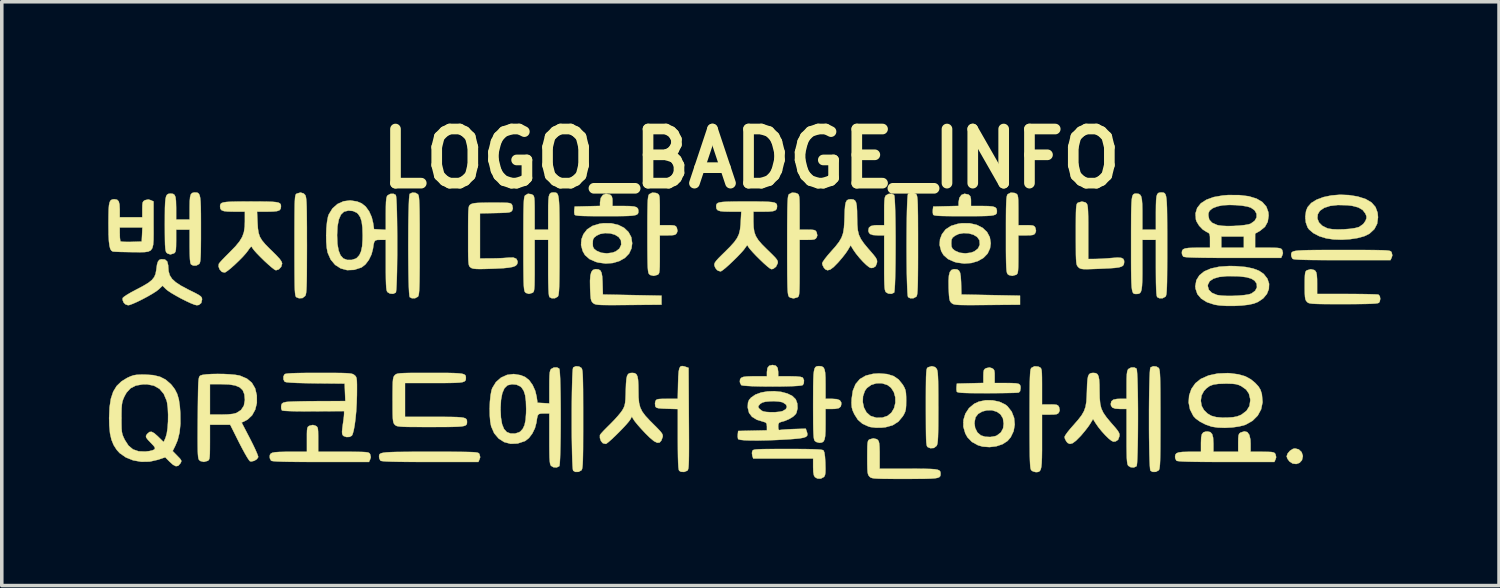
<source format=kicad_pcb>
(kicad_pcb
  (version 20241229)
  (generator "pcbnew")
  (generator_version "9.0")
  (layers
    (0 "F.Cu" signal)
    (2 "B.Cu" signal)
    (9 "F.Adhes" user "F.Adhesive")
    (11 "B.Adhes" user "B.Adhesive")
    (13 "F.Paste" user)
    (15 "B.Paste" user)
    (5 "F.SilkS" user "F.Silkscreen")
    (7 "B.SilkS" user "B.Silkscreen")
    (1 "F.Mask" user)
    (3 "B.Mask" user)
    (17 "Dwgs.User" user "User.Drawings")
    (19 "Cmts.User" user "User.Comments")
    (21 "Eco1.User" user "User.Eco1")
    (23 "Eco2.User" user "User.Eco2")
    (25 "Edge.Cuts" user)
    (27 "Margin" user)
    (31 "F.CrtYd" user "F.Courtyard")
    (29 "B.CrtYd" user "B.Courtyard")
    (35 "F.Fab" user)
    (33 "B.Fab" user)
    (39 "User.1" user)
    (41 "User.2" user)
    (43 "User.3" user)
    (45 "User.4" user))
  (footprint "LOGO_BADGE_INFO"
    (layer "F.Cu")
    (at 18.102 6.498)
    (property "Reference" "LOGO_BADGE_INFO" (at 0 -5.08 0) (layer "F.SilkS") (effects (font (size 1.524 1.524) (thickness 0.3))))
    (attr through_hole)
    (fp_poly (pts (xy 15.422 3.108) (xy 15.501 3.183) (xy 15.536 3.288) (xy 15.536 3.302) (xy 15.511 3.411) (xy 15.444 3.485) (xy 15.351 3.518) (xy 15.249 3.505) (xy 15.159 3.446) (xy 15.105 3.374) (xy 15.081 3.306) (xy 15.081 3.302) (xy 15.108 3.223) (xy 15.174 3.146) (xy 15.257 3.093) (xy 15.314 3.08) (xy 15.422 3.108)) (stroke (width 0.01) (type solid)) (fill yes) (layer "F.SilkS"))
    (fp_poly (pts (xy -4.297 -1.961) (xy -4.245 -1.93) (xy -4.213 -1.868) (xy -4.194 -1.764) (xy -4.185 -1.608) (xy -4.184 -1.572) (xy -4.175 -1.254) (xy -2.524 -1.222) (xy -2.524 -0.968) (xy -3.449 -0.96) (xy -3.717 -0.958) (xy -3.928 -0.957) (xy -4.091 -0.958) (xy -4.213 -0.96) (xy -4.3 -0.965) (xy -4.36 -0.973) (xy -4.401 -0.984) (xy -4.43 -0.999) (xy -4.447 -1.011) (xy -4.478 -1.042) (xy -4.5 -1.081) (xy -4.515 -1.141) (xy -4.524 -1.236) (xy -4.532 -1.377) (xy -4.534 -1.44) (xy -4.537 -1.642) (xy -4.526 -1.789) (xy -4.5 -1.888) (xy -4.456 -1.945) (xy -4.392 -1.967) (xy -4.371 -1.968) (xy -4.297 -1.961)) (stroke (width 0.01) (type solid)) (fill yes) (layer "F.SilkS"))
    (fp_poly (pts (xy 5.8 -1.961) (xy 5.851 -1.93) (xy 5.884 -1.868) (xy 5.902 -1.764) (xy 5.912 -1.608) (xy 5.913 -1.572) (xy 5.921 -1.254) (xy 7.572 -1.222) (xy 7.572 -0.968) (xy 6.648 -0.96) (xy 6.38 -0.958) (xy 6.168 -0.957) (xy 6.005 -0.958) (xy 5.884 -0.96) (xy 5.797 -0.965) (xy 5.736 -0.973) (xy 5.695 -0.984) (xy 5.666 -0.999) (xy 5.65 -1.011) (xy 5.618 -1.042) (xy 5.596 -1.081) (xy 5.582 -1.141) (xy 5.572 -1.236) (xy 5.565 -1.377) (xy 5.562 -1.44) (xy 5.56 -1.642) (xy 5.57 -1.789) (xy 5.596 -1.888) (xy 5.64 -1.945) (xy 5.704 -1.967) (xy 5.726 -1.968) (xy 5.8 -1.961)) (stroke (width 0.01) (type solid)) (fill yes) (layer "F.SilkS"))
    (fp_poly (pts (xy -8.715 3.175) (xy -8.444 3.175) (xy -8.224 3.176) (xy -8.052 3.178) (xy -7.919 3.181) (xy -7.821 3.185) (xy -7.753 3.191) (xy -7.707 3.199) (xy -7.679 3.209) (xy -7.663 3.222) (xy -7.652 3.238) (xy -7.65 3.243) (xy -7.63 3.325) (xy -7.648 3.385) (xy -7.682 3.461) (xy -9.042 3.461) (xy -9.396 3.46) (xy -9.691 3.459) (xy -9.93 3.456) (xy -10.119 3.452) (xy -10.26 3.447) (xy -10.357 3.44) (xy -10.416 3.432) (xy -10.439 3.423) (xy -10.471 3.361) (xy -10.477 3.318) (xy -10.476 3.284) (xy -10.47 3.256) (xy -10.452 3.233) (xy -10.417 3.215) (xy -10.361 3.202) (xy -10.277 3.191) (xy -10.16 3.184) (xy -10.005 3.179) (xy -9.805 3.177) (xy -9.557 3.175) (xy -9.253 3.175) (xy -9.044 3.175) (xy -8.715 3.175)) (stroke (width 0.01) (type solid)) (fill yes) (layer "F.SilkS"))
    (fp_poly (pts (xy 1.316 3.096) (xy 1.547 3.098) (xy 1.727 3.102) (xy 1.86 3.107) (xy 1.953 3.114) (xy 2.01 3.124) (xy 2.038 3.136) (xy 2.038 3.137) (xy 2.062 3.194) (xy 2.079 3.311) (xy 2.09 3.484) (xy 2.09 3.505) (xy 2.094 3.659) (xy 2.091 3.763) (xy 2.08 3.829) (xy 2.06 3.871) (xy 2.048 3.884) (xy 1.963 3.93) (xy 1.867 3.928) (xy 1.796 3.887) (xy 1.767 3.835) (xy 1.751 3.744) (xy 1.746 3.603) (xy 1.746 3.365) (xy 0.061 3.365) (xy 0.035 3.294) (xy 0.023 3.211) (xy 0.032 3.159) (xy 0.04 3.141) (xy 0.056 3.127) (xy 0.086 3.116) (xy 0.137 3.108) (xy 0.216 3.103) (xy 0.329 3.099) (xy 0.483 3.097) (xy 0.685 3.096) (xy 0.942 3.096) (xy 1.026 3.096) (xy 1.316 3.096)) (stroke (width 0.01) (type solid)) (fill yes) (layer "F.SilkS"))
    (fp_poly (pts (xy 16.971 -2.508) (xy 17.242 -2.508) (xy 17.461 -2.507) (xy 17.634 -2.505) (xy 17.767 -2.502) (xy 17.864 -2.498) (xy 17.933 -2.492) (xy 17.979 -2.484) (xy 18.007 -2.474) (xy 18.023 -2.461) (xy 18.034 -2.446) (xy 18.036 -2.441) (xy 18.056 -2.358) (xy 18.038 -2.298) (xy 18.004 -2.223) (xy 16.644 -2.223) (xy 16.29 -2.223) (xy 15.995 -2.225) (xy 15.755 -2.227) (xy 15.567 -2.231) (xy 15.426 -2.236) (xy 15.328 -2.243) (xy 15.269 -2.252) (xy 15.246 -2.261) (xy 15.215 -2.322) (xy 15.208 -2.365) (xy 15.209 -2.399) (xy 15.216 -2.427) (xy 15.234 -2.45) (xy 15.268 -2.468) (xy 15.325 -2.482) (xy 15.409 -2.492) (xy 15.526 -2.499) (xy 15.681 -2.504) (xy 15.88 -2.507) (xy 16.129 -2.508) (xy 16.432 -2.508) (xy 16.642 -2.508) (xy 16.971 -2.508)) (stroke (width 0.01) (type solid)) (fill yes) (layer "F.SilkS"))
    (fp_poly (pts (xy -3.983 -4.071) (xy -3.967 -4.063) (xy -3.925 -4.022) (xy -3.907 -3.947) (xy -3.905 -3.888) (xy -3.905 -3.747) (xy -3.578 -3.747) (xy -3.41 -3.744) (xy -3.295 -3.733) (xy -3.224 -3.71) (xy -3.187 -3.672) (xy -3.175 -3.617) (xy -3.175 -3.604) (xy -3.177 -3.563) (xy -3.189 -3.53) (xy -3.216 -3.506) (xy -3.267 -3.488) (xy -3.347 -3.475) (xy -3.463 -3.467) (xy -3.622 -3.463) (xy -3.831 -3.461) (xy -4.096 -3.461) (xy -4.103 -3.461) (xy -4.364 -3.461) (xy -4.569 -3.463) (xy -4.723 -3.466) (xy -4.834 -3.471) (xy -4.907 -3.479) (xy -4.951 -3.489) (xy -4.97 -3.502) (xy -4.972 -3.506) (xy -4.982 -3.57) (xy -4.979 -3.641) (xy -4.969 -3.731) (xy -4.612 -3.74) (xy -4.255 -3.749) (xy -4.255 -3.852) (xy -4.233 -3.975) (xy -4.174 -4.058) (xy -4.088 -4.092) (xy -3.983 -4.071)) (stroke (width 0.01) (type solid)) (fill yes) (layer "F.SilkS"))
    (fp_poly (pts (xy 0.694 0.749) (xy 0.746 0.812) (xy 0.762 0.923) (xy 0.762 0.927) (xy 0.762 1.048) (xy 1.089 1.048) (xy 1.266 1.052) (xy 1.387 1.064) (xy 1.45 1.083) (xy 1.454 1.086) (xy 1.488 1.158) (xy 1.483 1.244) (xy 1.454 1.295) (xy 1.411 1.308) (xy 1.314 1.318) (xy 1.175 1.326) (xy 1.004 1.331) (xy 0.811 1.335) (xy 0.607 1.336) (xy 0.401 1.335) (xy 0.205 1.332) (xy 0.029 1.327) (xy -0.117 1.319) (xy -0.222 1.31) (xy -0.276 1.298) (xy -0.279 1.295) (xy -0.311 1.234) (xy -0.318 1.191) (xy -0.31 1.132) (xy -0.28 1.092) (xy -0.219 1.066) (xy -0.117 1.053) (xy 0.036 1.048) (xy 0.102 1.048) (xy 0.445 1.048) (xy 0.445 0.927) (xy 0.46 0.814) (xy 0.51 0.751) (xy 0.6 0.73) (xy 0.603 0.73) (xy 0.694 0.749)) (stroke (width 0.01) (type solid)) (fill yes) (layer "F.SilkS"))
    (fp_poly (pts (xy 6.114 -4.071) (xy 6.13 -4.063) (xy 6.171 -4.022) (xy 6.189 -3.947) (xy 6.191 -3.888) (xy 6.191 -3.747) (xy 6.518 -3.747) (xy 6.687 -3.744) (xy 6.802 -3.733) (xy 6.873 -3.71) (xy 6.909 -3.672) (xy 6.921 -3.617) (xy 6.921 -3.604) (xy 6.919 -3.563) (xy 6.908 -3.53) (xy 6.88 -3.506) (xy 6.83 -3.488) (xy 6.75 -3.475) (xy 6.634 -3.467) (xy 6.475 -3.463) (xy 6.266 -3.461) (xy 6 -3.461) (xy 5.993 -3.461) (xy 5.732 -3.461) (xy 5.528 -3.463) (xy 5.373 -3.466) (xy 5.263 -3.471) (xy 5.189 -3.479) (xy 5.146 -3.489) (xy 5.126 -3.502) (xy 5.124 -3.506) (xy 5.115 -3.57) (xy 5.117 -3.641) (xy 5.128 -3.731) (xy 5.485 -3.74) (xy 5.842 -3.749) (xy 5.842 -3.852) (xy 5.864 -3.975) (xy 5.922 -4.058) (xy 6.009 -4.092) (xy 6.114 -4.071)) (stroke (width 0.01) (type solid)) (fill yes) (layer "F.SilkS"))
    (fp_poly (pts (xy 6.779 0.82) (xy 6.823 0.846) (xy 6.847 0.886) (xy 6.857 0.957) (xy 6.858 1.047) (xy 6.858 1.238) (xy 7.173 1.238) (xy 7.342 1.24) (xy 7.458 1.246) (xy 7.531 1.261) (xy 7.57 1.289) (xy 7.586 1.331) (xy 7.588 1.381) (xy 7.573 1.468) (xy 7.538 1.505) (xy 7.494 1.51) (xy 7.395 1.515) (xy 7.251 1.518) (xy 7.07 1.521) (xy 6.861 1.523) (xy 6.648 1.524) (xy 6.389 1.523) (xy 6.186 1.522) (xy 6.034 1.518) (xy 5.925 1.513) (xy 5.853 1.505) (xy 5.811 1.495) (xy 5.792 1.482) (xy 5.791 1.479) (xy 5.782 1.415) (xy 5.784 1.344) (xy 5.794 1.254) (xy 6.167 1.245) (xy 6.54 1.236) (xy 6.54 1.046) (xy 6.543 0.938) (xy 6.555 0.875) (xy 6.583 0.84) (xy 6.62 0.82) (xy 6.709 0.8) (xy 6.779 0.82)) (stroke (width 0.01) (type solid)) (fill yes) (layer "F.SilkS"))
    (fp_poly (pts (xy -9.451 -4.117) (xy -9.384 -4.078) (xy -9.372 -4.059) (xy -9.362 -4.028) (xy -9.354 -3.977) (xy -9.348 -3.902) (xy -9.343 -3.796) (xy -9.339 -3.654) (xy -9.337 -3.471) (xy -9.335 -3.241) (xy -9.335 -2.959) (xy -9.335 -2.635) (xy -9.335 -2.297) (xy -9.335 -2.017) (xy -9.337 -1.79) (xy -9.339 -1.609) (xy -9.343 -1.469) (xy -9.348 -1.365) (xy -9.355 -1.291) (xy -9.363 -1.241) (xy -9.373 -1.21) (xy -9.384 -1.193) (xy -9.462 -1.151) (xy -9.551 -1.149) (xy -9.614 -1.181) (xy -9.623 -1.222) (xy -9.632 -1.318) (xy -9.639 -1.462) (xy -9.645 -1.646) (xy -9.649 -1.861) (xy -9.652 -2.101) (xy -9.654 -2.357) (xy -9.655 -2.622) (xy -9.654 -2.886) (xy -9.653 -3.143) (xy -9.65 -3.385) (xy -9.645 -3.604) (xy -9.639 -3.791) (xy -9.633 -3.94) (xy -9.624 -4.041) (xy -9.615 -4.088) (xy -9.614 -4.089) (xy -9.54 -4.124) (xy -9.451 -4.117)) (stroke (width 0.01) (type solid)) (fill yes) (layer "F.SilkS"))
    (fp_poly (pts (xy -4.847 0.773) (xy -4.781 0.812) (xy -4.769 0.83) (xy -4.759 0.862) (xy -4.75 0.912) (xy -4.744 0.988) (xy -4.739 1.094) (xy -4.736 1.235) (xy -4.733 1.418) (xy -4.732 1.648) (xy -4.731 1.931) (xy -4.731 2.254) (xy -4.731 2.592) (xy -4.732 2.872) (xy -4.733 3.1) (xy -4.736 3.281) (xy -4.739 3.421) (xy -4.744 3.525) (xy -4.751 3.599) (xy -4.759 3.649) (xy -4.769 3.68) (xy -4.781 3.697) (xy -4.859 3.739) (xy -4.948 3.741) (xy -5.01 3.708) (xy -5.02 3.668) (xy -5.028 3.572) (xy -5.035 3.428) (xy -5.041 3.244) (xy -5.045 3.028) (xy -5.049 2.788) (xy -5.051 2.532) (xy -5.051 2.268) (xy -5.051 2.003) (xy -5.049 1.746) (xy -5.046 1.504) (xy -5.041 1.286) (xy -5.036 1.098) (xy -5.029 0.95) (xy -5.021 0.848) (xy -5.011 0.801) (xy -5.01 0.8) (xy -4.936 0.766) (xy -4.847 0.773)) (stroke (width 0.01) (type solid)) (fill yes) (layer "F.SilkS"))
    (fp_poly (pts (xy 4.583 -4.117) (xy 4.649 -4.078) (xy 4.661 -4.059) (xy 4.671 -4.028) (xy 4.679 -3.977) (xy 4.686 -3.902) (xy 4.691 -3.796) (xy 4.694 -3.654) (xy 4.697 -3.471) (xy 4.698 -3.241) (xy 4.699 -2.959) (xy 4.699 -2.635) (xy 4.699 -2.297) (xy 4.698 -2.017) (xy 4.696 -1.79) (xy 4.694 -1.609) (xy 4.69 -1.469) (xy 4.685 -1.365) (xy 4.679 -1.291) (xy 4.671 -1.241) (xy 4.661 -1.21) (xy 4.649 -1.193) (xy 4.571 -1.151) (xy 4.482 -1.149) (xy 4.42 -1.181) (xy 4.41 -1.222) (xy 4.402 -1.318) (xy 4.395 -1.462) (xy 4.389 -1.646) (xy 4.384 -1.861) (xy 4.381 -2.101) (xy 4.379 -2.357) (xy 4.378 -2.622) (xy 4.379 -2.886) (xy 4.381 -3.143) (xy 4.384 -3.385) (xy 4.388 -3.604) (xy 4.394 -3.791) (xy 4.401 -3.94) (xy 4.409 -4.041) (xy 4.419 -4.088) (xy 4.42 -4.089) (xy 4.494 -4.124) (xy 4.583 -4.117)) (stroke (width 0.01) (type solid)) (fill yes) (layer "F.SilkS"))
    (fp_poly (pts (xy 11.409 0.773) (xy 11.475 0.812) (xy 11.487 0.83) (xy 11.497 0.862) (xy 11.506 0.912) (xy 11.512 0.988) (xy 11.517 1.094) (xy 11.52 1.235) (xy 11.523 1.418) (xy 11.524 1.648) (xy 11.525 1.931) (xy 11.525 2.254) (xy 11.525 2.592) (xy 11.524 2.872) (xy 11.523 3.1) (xy 11.52 3.281) (xy 11.517 3.421) (xy 11.512 3.525) (xy 11.505 3.599) (xy 11.497 3.649) (xy 11.487 3.68) (xy 11.475 3.697) (xy 11.397 3.739) (xy 11.308 3.741) (xy 11.246 3.708) (xy 11.236 3.668) (xy 11.228 3.572) (xy 11.221 3.428) (xy 11.215 3.244) (xy 11.211 3.028) (xy 11.207 2.788) (xy 11.205 2.532) (xy 11.205 2.268) (xy 11.205 2.003) (xy 11.207 1.746) (xy 11.21 1.504) (xy 11.215 1.286) (xy 11.22 1.098) (xy 11.227 0.95) (xy 11.235 0.848) (xy 11.245 0.801) (xy 11.246 0.8) (xy 11.32 0.766) (xy 11.409 0.773)) (stroke (width 0.01) (type solid)) (fill yes) (layer "F.SilkS"))
    (fp_poly (pts (xy 5.18 0.79) (xy 5.221 0.833) (xy 5.235 0.86) (xy 5.246 0.903) (xy 5.255 0.968) (xy 5.261 1.062) (xy 5.266 1.191) (xy 5.268 1.363) (xy 5.27 1.583) (xy 5.27 1.859) (xy 5.271 1.921) (xy 5.27 2.208) (xy 5.269 2.439) (xy 5.266 2.62) (xy 5.262 2.757) (xy 5.256 2.857) (xy 5.248 2.928) (xy 5.237 2.975) (xy 5.224 3.005) (xy 5.221 3.009) (xy 5.146 3.067) (xy 5.048 3.073) (xy 4.977 3.045) (xy 4.962 3.033) (xy 4.95 3.01) (xy 4.941 2.97) (xy 4.933 2.907) (xy 4.928 2.814) (xy 4.925 2.686) (xy 4.923 2.515) (xy 4.922 2.295) (xy 4.921 2.021) (xy 4.921 1.92) (xy 4.921 1.628) (xy 4.922 1.393) (xy 4.924 1.208) (xy 4.926 1.067) (xy 4.931 0.965) (xy 4.937 0.893) (xy 4.945 0.847) (xy 4.956 0.819) (xy 4.97 0.803) (xy 4.983 0.795) (xy 5.09 0.764) (xy 5.18 0.79)) (stroke (width 0.01) (type solid)) (fill yes) (layer "F.SilkS"))
    (fp_poly (pts (xy -1.884 0.769) (xy -1.851 0.78) (xy -1.762 0.811) (xy -1.754 2.239) (xy -1.752 2.579) (xy -1.751 2.861) (xy -1.751 3.09) (xy -1.752 3.273) (xy -1.754 3.415) (xy -1.758 3.521) (xy -1.763 3.597) (xy -1.77 3.648) (xy -1.78 3.68) (xy -1.791 3.699) (xy -1.8 3.707) (xy -1.887 3.742) (xy -1.977 3.737) (xy -2.026 3.708) (xy -2.038 3.676) (xy -2.048 3.602) (xy -2.055 3.484) (xy -2.06 3.316) (xy -2.063 3.093) (xy -2.064 2.821) (xy -2.064 1.971) (xy -2.37 1.962) (xy -2.513 1.956) (xy -2.605 1.948) (xy -2.659 1.934) (xy -2.688 1.912) (xy -2.699 1.889) (xy -2.707 1.809) (xy -2.696 1.754) (xy -2.679 1.721) (xy -2.651 1.7) (xy -2.598 1.689) (xy -2.508 1.684) (xy -2.367 1.683) (xy -2.066 1.683) (xy -2.057 1.25) (xy -2.051 1.054) (xy -2.04 0.915) (xy -2.021 0.824) (xy -1.991 0.774) (xy -1.946 0.759) (xy -1.884 0.769)) (stroke (width 0.01) (type solid)) (fill yes) (layer "F.SilkS"))
    (fp_poly (pts (xy 1.987 0.769) (xy 2.034 0.796) (xy 2.065 0.851) (xy 2.084 0.943) (xy 2.093 1.082) (xy 2.095 1.272) (xy 2.095 1.683) (xy 2.28 1.683) (xy 2.414 1.692) (xy 2.496 1.722) (xy 2.535 1.778) (xy 2.54 1.826) (xy 2.524 1.9) (xy 2.468 1.945) (xy 2.366 1.965) (xy 2.28 1.968) (xy 2.095 1.968) (xy 2.095 2.395) (xy 2.093 2.591) (xy 2.085 2.731) (xy 2.067 2.826) (xy 2.038 2.884) (xy 1.993 2.912) (xy 1.931 2.921) (xy 1.921 2.921) (xy 1.84 2.9) (xy 1.796 2.871) (xy 1.782 2.85) (xy 1.771 2.814) (xy 1.762 2.755) (xy 1.756 2.668) (xy 1.751 2.546) (xy 1.748 2.382) (xy 1.747 2.169) (xy 1.746 1.9) (xy 1.746 1.841) (xy 1.747 1.552) (xy 1.748 1.319) (xy 1.752 1.137) (xy 1.758 1) (xy 1.77 0.901) (xy 1.786 0.834) (xy 1.808 0.793) (xy 1.838 0.772) (xy 1.877 0.763) (xy 1.921 0.762) (xy 1.987 0.769)) (stroke (width 0.01) (type solid)) (fill yes) (layer "F.SilkS"))
    (fp_poly (pts (xy -12.271 2.439) (xy -12.237 2.457) (xy -12.214 2.483) (xy -12.201 2.527) (xy -12.194 2.604) (xy -12.192 2.724) (xy -12.192 2.825) (xy -12.192 3.175) (xy -11.479 3.175) (xy -11.248 3.175) (xy -11.073 3.176) (xy -10.945 3.179) (xy -10.856 3.184) (xy -10.798 3.192) (xy -10.763 3.204) (xy -10.743 3.221) (xy -10.729 3.243) (xy -10.71 3.325) (xy -10.728 3.385) (xy -10.762 3.461) (xy -12.121 3.461) (xy -12.476 3.46) (xy -12.771 3.459) (xy -13.01 3.456) (xy -13.198 3.452) (xy -13.339 3.447) (xy -13.437 3.44) (xy -13.496 3.432) (xy -13.519 3.423) (xy -13.551 3.361) (xy -13.557 3.318) (xy -13.552 3.266) (xy -13.531 3.229) (xy -13.486 3.203) (xy -13.408 3.187) (xy -13.288 3.179) (xy -13.119 3.175) (xy -12.995 3.175) (xy -12.509 3.175) (xy -12.509 2.825) (xy -12.509 2.672) (xy -12.506 2.57) (xy -12.497 2.507) (xy -12.48 2.471) (xy -12.453 2.45) (xy -12.43 2.439) (xy -12.341 2.419) (xy -12.271 2.439)) (stroke (width 0.01) (type solid)) (fill yes) (layer "F.SilkS"))
    (fp_poly (pts (xy 4.026 -4.058) (xy 4.036 -4.017) (xy 4.044 -3.92) (xy 4.051 -3.777) (xy 4.057 -3.594) (xy 4.062 -3.381) (xy 4.065 -3.144) (xy 4.067 -2.893) (xy 4.067 -2.635) (xy 4.066 -2.379) (xy 4.064 -2.132) (xy 4.06 -1.903) (xy 4.055 -1.7) (xy 4.049 -1.531) (xy 4.041 -1.404) (xy 4.032 -1.327) (xy 4.026 -1.308) (xy 3.952 -1.274) (xy 3.863 -1.281) (xy 3.796 -1.32) (xy 3.781 -1.344) (xy 3.768 -1.384) (xy 3.759 -1.448) (xy 3.753 -1.545) (xy 3.749 -1.681) (xy 3.747 -1.864) (xy 3.747 -2.102) (xy 3.747 -2.145) (xy 3.747 -2.921) (xy 3.562 -2.921) (xy 3.428 -2.93) (xy 3.346 -2.96) (xy 3.307 -3.017) (xy 3.302 -3.064) (xy 3.318 -3.138) (xy 3.374 -3.183) (xy 3.476 -3.204) (xy 3.562 -3.207) (xy 3.747 -3.207) (xy 3.747 -3.601) (xy 3.748 -3.776) (xy 3.754 -3.897) (xy 3.764 -3.977) (xy 3.781 -4.026) (xy 3.796 -4.046) (xy 3.874 -4.088) (xy 3.963 -4.09) (xy 4.026 -4.058)) (stroke (width 0.01) (type solid)) (fill yes) (layer "F.SilkS"))
    (fp_poly (pts (xy 10.852 0.832) (xy 10.862 0.873) (xy 10.87 0.969) (xy 10.878 1.113) (xy 10.883 1.295) (xy 10.888 1.509) (xy 10.891 1.745) (xy 10.893 1.996) (xy 10.893 2.254) (xy 10.892 2.511) (xy 10.89 2.757) (xy 10.886 2.986) (xy 10.881 3.19) (xy 10.875 3.359) (xy 10.868 3.486) (xy 10.859 3.562) (xy 10.852 3.581) (xy 10.778 3.616) (xy 10.689 3.609) (xy 10.623 3.57) (xy 10.607 3.546) (xy 10.595 3.506) (xy 10.586 3.441) (xy 10.579 3.345) (xy 10.576 3.209) (xy 10.573 3.026) (xy 10.573 2.788) (xy 10.573 2.744) (xy 10.573 1.968) (xy 10.389 1.968) (xy 10.254 1.959) (xy 10.172 1.929) (xy 10.134 1.873) (xy 10.128 1.826) (xy 10.145 1.752) (xy 10.2 1.707) (xy 10.303 1.686) (xy 10.389 1.683) (xy 10.573 1.683) (xy 10.573 1.288) (xy 10.574 1.114) (xy 10.58 0.992) (xy 10.591 0.912) (xy 10.608 0.864) (xy 10.623 0.844) (xy 10.701 0.801) (xy 10.79 0.8) (xy 10.852 0.832)) (stroke (width 0.01) (type solid)) (fill yes) (layer "F.SilkS"))
    (fp_poly (pts (xy 6.799 1.725) (xy 6.989 1.765) (xy 7.152 1.841) (xy 7.219 1.893) (xy 7.337 2.044) (xy 7.405 2.22) (xy 7.423 2.408) (xy 7.391 2.594) (xy 7.309 2.765) (xy 7.219 2.87) (xy 7.08 2.96) (xy 6.905 3.019) (xy 6.712 3.042) (xy 6.521 3.028) (xy 6.39 2.991) (xy 6.218 2.897) (xy 6.093 2.768) (xy 6.031 2.657) (xy 5.976 2.467) (xy 5.978 2.358) (xy 6.288 2.358) (xy 6.308 2.503) (xy 6.371 2.628) (xy 6.469 2.713) (xy 6.591 2.751) (xy 6.735 2.758) (xy 6.872 2.735) (xy 6.921 2.715) (xy 7.034 2.629) (xy 7.096 2.512) (xy 7.112 2.381) (xy 7.09 2.23) (xy 7.02 2.118) (xy 6.921 2.048) (xy 6.788 2.006) (xy 6.645 2.005) (xy 6.508 2.04) (xy 6.394 2.106) (xy 6.322 2.198) (xy 6.317 2.209) (xy 6.288 2.358) (xy 5.978 2.358) (xy 5.979 2.278) (xy 6.034 2.1) (xy 6.136 1.944) (xy 6.281 1.823) (xy 6.41 1.763) (xy 6.6 1.723) (xy 6.799 1.725)) (stroke (width 0.01) (type solid)) (fill yes) (layer "F.SilkS"))
    (fp_poly (pts (xy 15.856 -1.944) (xy 15.889 -1.919) (xy 15.914 -1.877) (xy 15.929 -1.805) (xy 15.937 -1.691) (xy 15.938 -1.569) (xy 15.938 -1.27) (xy 16.777 -1.27) (xy 17.004 -1.269) (xy 17.211 -1.267) (xy 17.39 -1.264) (xy 17.532 -1.26) (xy 17.627 -1.256) (xy 17.666 -1.251) (xy 17.704 -1.207) (xy 17.716 -1.133) (xy 17.701 -1.057) (xy 17.678 -1.022) (xy 17.647 -1.011) (xy 17.578 -1.001) (xy 17.464 -0.994) (xy 17.303 -0.989) (xy 17.089 -0.986) (xy 16.819 -0.984) (xy 16.678 -0.984) (xy 16.405 -0.984) (xy 16.189 -0.985) (xy 16.021 -0.987) (xy 15.896 -0.991) (xy 15.806 -0.996) (xy 15.744 -1.004) (xy 15.703 -1.014) (xy 15.675 -1.028) (xy 15.655 -1.046) (xy 15.653 -1.048) (xy 15.626 -1.081) (xy 15.608 -1.124) (xy 15.597 -1.19) (xy 15.591 -1.291) (xy 15.589 -1.439) (xy 15.589 -1.507) (xy 15.59 -1.673) (xy 15.594 -1.787) (xy 15.602 -1.86) (xy 15.616 -1.903) (xy 15.637 -1.927) (xy 15.651 -1.936) (xy 15.76 -1.967) (xy 15.856 -1.944)) (stroke (width 0.01) (type solid)) (fill yes) (layer "F.SilkS"))
    (fp_poly (pts (xy -12.6 -4.099) (xy -12.559 -4.057) (xy -12.547 -4.033) (xy -12.537 -3.995) (xy -12.529 -3.937) (xy -12.522 -3.853) (xy -12.517 -3.739) (xy -12.514 -3.588) (xy -12.512 -3.393) (xy -12.51 -3.151) (xy -12.51 -2.854) (xy -12.509 -2.635) (xy -12.51 -2.301) (xy -12.511 -2.025) (xy -12.512 -1.801) (xy -12.515 -1.623) (xy -12.519 -1.486) (xy -12.524 -1.383) (xy -12.531 -1.31) (xy -12.54 -1.26) (xy -12.551 -1.228) (xy -12.559 -1.214) (xy -12.634 -1.155) (xy -12.732 -1.15) (xy -12.803 -1.177) (xy -12.816 -1.189) (xy -12.827 -1.209) (xy -12.836 -1.245) (xy -12.843 -1.301) (xy -12.849 -1.383) (xy -12.853 -1.497) (xy -12.855 -1.647) (xy -12.857 -1.841) (xy -12.858 -2.083) (xy -12.859 -2.379) (xy -12.859 -2.636) (xy -12.859 -2.974) (xy -12.858 -3.254) (xy -12.857 -3.482) (xy -12.855 -3.663) (xy -12.853 -3.803) (xy -12.848 -3.908) (xy -12.843 -3.982) (xy -12.835 -4.032) (xy -12.826 -4.064) (xy -12.815 -4.082) (xy -12.8 -4.093) (xy -12.797 -4.095) (xy -12.69 -4.126) (xy -12.6 -4.099)) (stroke (width 0.01) (type solid)) (fill yes) (layer "F.SilkS"))
    (fp_poly (pts (xy -3.938 -3.26) (xy -3.74 -3.214) (xy -3.576 -3.131) (xy -3.453 -3.013) (xy -3.375 -2.868) (xy -3.35 -2.699) (xy -3.369 -2.555) (xy -3.437 -2.407) (xy -3.554 -2.286) (xy -3.71 -2.197) (xy -3.894 -2.142) (xy -4.095 -2.127) (xy -4.305 -2.155) (xy -4.371 -2.173) (xy -4.552 -2.253) (xy -4.679 -2.365) (xy -4.743 -2.477) (xy -4.789 -2.649) (xy -4.785 -2.699) (xy -4.461 -2.699) (xy -4.455 -2.605) (xy -4.426 -2.545) (xy -4.36 -2.491) (xy -4.353 -2.486) (xy -4.221 -2.43) (xy -4.063 -2.413) (xy -3.903 -2.434) (xy -3.81 -2.469) (xy -3.708 -2.549) (xy -3.658 -2.656) (xy -3.666 -2.778) (xy -3.669 -2.786) (xy -3.731 -2.874) (xy -3.836 -2.939) (xy -3.969 -2.976) (xy -4.114 -2.984) (xy -4.253 -2.959) (xy -4.353 -2.912) (xy -4.422 -2.857) (xy -4.453 -2.799) (xy -4.461 -2.708) (xy -4.461 -2.699) (xy -4.785 -2.699) (xy -4.777 -2.811) (xy -4.723 -2.953) (xy -4.619 -3.088) (xy -4.467 -3.187) (xy -4.269 -3.247) (xy -4.166 -3.261) (xy -3.938 -3.26)) (stroke (width 0.01) (type solid)) (fill yes) (layer "F.SilkS"))
    (fp_poly (pts (xy 6.158 -3.26) (xy 6.357 -3.214) (xy 6.52 -3.131) (xy 6.644 -3.013) (xy 6.721 -2.868) (xy 6.747 -2.699) (xy 6.727 -2.555) (xy 6.659 -2.407) (xy 6.542 -2.286) (xy 6.387 -2.197) (xy 6.203 -2.142) (xy 6.001 -2.127) (xy 5.791 -2.155) (xy 5.726 -2.173) (xy 5.545 -2.253) (xy 5.418 -2.365) (xy 5.353 -2.477) (xy 5.308 -2.649) (xy 5.311 -2.699) (xy 5.636 -2.699) (xy 5.642 -2.605) (xy 5.671 -2.545) (xy 5.736 -2.491) (xy 5.744 -2.486) (xy 5.875 -2.43) (xy 6.034 -2.413) (xy 6.194 -2.434) (xy 6.286 -2.469) (xy 6.389 -2.549) (xy 6.439 -2.656) (xy 6.43 -2.778) (xy 6.427 -2.786) (xy 6.366 -2.874) (xy 6.26 -2.939) (xy 6.127 -2.976) (xy 5.983 -2.984) (xy 5.844 -2.959) (xy 5.744 -2.912) (xy 5.674 -2.857) (xy 5.643 -2.799) (xy 5.636 -2.708) (xy 5.636 -2.699) (xy 5.311 -2.699) (xy 5.319 -2.811) (xy 5.374 -2.953) (xy 5.477 -3.088) (xy 5.63 -3.187) (xy 5.828 -3.247) (xy 5.93 -3.261) (xy 6.158 -3.26)) (stroke (width 0.01) (type solid)) (fill yes) (layer "F.SilkS"))
    (fp_poly (pts (xy -2.679 -4.114) (xy -2.633 -4.095) (xy -2.608 -4.076) (xy -2.591 -4.045) (xy -2.58 -3.991) (xy -2.575 -3.903) (xy -2.572 -3.77) (xy -2.572 -3.634) (xy -2.572 -3.207) (xy -2.349 -3.207) (xy -2.23 -3.205) (xy -2.159 -3.196) (xy -2.119 -3.175) (xy -2.095 -3.138) (xy -2.092 -3.131) (xy -2.074 -3.045) (xy -2.093 -2.989) (xy -2.121 -2.952) (xy -2.164 -2.932) (xy -2.241 -2.923) (xy -2.351 -2.921) (xy -2.572 -2.921) (xy -2.572 -2.382) (xy -2.572 -2.185) (xy -2.574 -2.041) (xy -2.579 -1.942) (xy -2.587 -1.879) (xy -2.6 -1.841) (xy -2.619 -1.82) (xy -2.633 -1.811) (xy -2.742 -1.78) (xy -2.839 -1.803) (xy -2.871 -1.828) (xy -2.885 -1.848) (xy -2.896 -1.883) (xy -2.904 -1.939) (xy -2.911 -2.023) (xy -2.915 -2.14) (xy -2.918 -2.298) (xy -2.92 -2.503) (xy -2.921 -2.76) (xy -2.921 -2.953) (xy -2.921 -3.247) (xy -2.92 -3.484) (xy -2.917 -3.671) (xy -2.914 -3.813) (xy -2.909 -3.917) (xy -2.901 -3.99) (xy -2.892 -4.037) (xy -2.88 -4.066) (xy -2.871 -4.078) (xy -2.784 -4.123) (xy -2.679 -4.114)) (stroke (width 0.01) (type solid)) (fill yes) (layer "F.SilkS"))
    (fp_poly (pts (xy 3.537 2.819) (xy 3.57 2.844) (xy 3.592 2.879) (xy 3.607 2.939) (xy 3.615 3.035) (xy 3.619 3.178) (xy 3.619 3.273) (xy 3.619 3.651) (xy 4.439 3.651) (xy 4.7 3.652) (xy 4.905 3.654) (xy 5.061 3.658) (xy 5.173 3.666) (xy 5.25 3.68) (xy 5.297 3.699) (xy 5.322 3.725) (xy 5.332 3.759) (xy 5.334 3.794) (xy 5.332 3.834) (xy 5.321 3.865) (xy 5.296 3.89) (xy 5.249 3.908) (xy 5.174 3.921) (xy 5.065 3.929) (xy 4.915 3.934) (xy 4.717 3.936) (xy 4.465 3.937) (xy 4.328 3.937) (xy 4.06 3.937) (xy 3.848 3.936) (xy 3.685 3.934) (xy 3.564 3.93) (xy 3.478 3.925) (xy 3.419 3.916) (xy 3.379 3.905) (xy 3.353 3.891) (xy 3.334 3.873) (xy 3.309 3.844) (xy 3.292 3.805) (xy 3.28 3.746) (xy 3.274 3.656) (xy 3.271 3.525) (xy 3.27 3.341) (xy 3.27 3.335) (xy 3.271 3.151) (xy 3.273 3.02) (xy 3.279 2.932) (xy 3.29 2.878) (xy 3.305 2.847) (xy 3.328 2.829) (xy 3.332 2.827) (xy 3.441 2.796) (xy 3.537 2.819)) (stroke (width 0.01) (type solid)) (fill yes) (layer "F.SilkS"))
    (fp_poly (pts (xy 7.418 -4.114) (xy 7.463 -4.095) (xy 7.488 -4.076) (xy 7.505 -4.045) (xy 7.516 -3.991) (xy 7.522 -3.903) (xy 7.524 -3.77) (xy 7.525 -3.634) (xy 7.525 -3.207) (xy 7.748 -3.207) (xy 7.866 -3.205) (xy 7.937 -3.196) (xy 7.977 -3.175) (xy 8.002 -3.138) (xy 8.005 -3.131) (xy 8.022 -3.045) (xy 8.003 -2.989) (xy 7.976 -2.952) (xy 7.932 -2.932) (xy 7.855 -2.923) (xy 7.746 -2.921) (xy 7.525 -2.921) (xy 7.525 -2.382) (xy 7.524 -2.185) (xy 7.522 -2.041) (xy 7.517 -1.942) (xy 7.509 -1.879) (xy 7.496 -1.841) (xy 7.477 -1.82) (xy 7.463 -1.811) (xy 7.354 -1.78) (xy 7.258 -1.803) (xy 7.225 -1.828) (xy 7.212 -1.848) (xy 7.201 -1.883) (xy 7.192 -1.939) (xy 7.186 -2.023) (xy 7.181 -2.14) (xy 7.178 -2.298) (xy 7.176 -2.503) (xy 7.176 -2.76) (xy 7.176 -2.953) (xy 7.176 -3.247) (xy 7.177 -3.484) (xy 7.179 -3.671) (xy 7.183 -3.813) (xy 7.188 -3.917) (xy 7.195 -3.99) (xy 7.205 -4.037) (xy 7.216 -4.066) (xy 7.225 -4.078) (xy 7.312 -4.123) (xy 7.418 -4.114)) (stroke (width 0.01) (type solid)) (fill yes) (layer "F.SilkS"))
    (fp_poly (pts (xy 13.972 2.62) (xy 14.029 2.698) (xy 14.06 2.833) (xy 14.065 2.947) (xy 14.065 3.175) (xy 14.398 3.175) (xy 14.547 3.176) (xy 14.646 3.18) (xy 14.707 3.191) (xy 14.742 3.209) (xy 14.764 3.238) (xy 14.766 3.243) (xy 14.785 3.325) (xy 14.768 3.385) (xy 14.733 3.461) (xy 13.374 3.461) (xy 13.02 3.46) (xy 12.725 3.459) (xy 12.485 3.456) (xy 12.297 3.452) (xy 12.156 3.447) (xy 12.058 3.44) (xy 11.999 3.432) (xy 11.976 3.423) (xy 11.944 3.361) (xy 11.938 3.318) (xy 11.946 3.258) (xy 11.977 3.217) (xy 12.041 3.192) (xy 12.147 3.179) (xy 12.305 3.175) (xy 12.341 3.175) (xy 12.668 3.175) (xy 12.668 2.922) (xy 12.673 2.775) (xy 12.693 2.681) (xy 12.734 2.628) (xy 12.801 2.606) (xy 12.854 2.603) (xy 12.931 2.62) (xy 12.981 2.675) (xy 13.009 2.776) (xy 13.017 2.93) (xy 13.018 2.939) (xy 13.018 3.175) (xy 13.716 3.175) (xy 13.716 2.922) (xy 13.718 2.792) (xy 13.726 2.711) (xy 13.744 2.665) (xy 13.774 2.638) (xy 13.777 2.636) (xy 13.888 2.599) (xy 13.972 2.62)) (stroke (width 0.01) (type solid)) (fill yes) (layer "F.SilkS"))
    (fp_poly (pts (xy 9.411 -3.849) (xy 9.443 -3.824) (xy 9.459 -3.8) (xy 9.472 -3.759) (xy 9.481 -3.694) (xy 9.487 -3.596) (xy 9.491 -3.459) (xy 9.493 -3.274) (xy 9.493 -3.034) (xy 9.493 -3.014) (xy 9.493 -2.254) (xy 9.708 -2.256) (xy 9.856 -2.261) (xy 10.027 -2.272) (xy 10.16 -2.283) (xy 10.317 -2.295) (xy 10.421 -2.287) (xy 10.48 -2.258) (xy 10.504 -2.203) (xy 10.503 -2.151) (xy 10.494 -2.104) (xy 10.471 -2.067) (xy 10.427 -2.04) (xy 10.355 -2.019) (xy 10.245 -2.004) (xy 10.09 -1.993) (xy 9.883 -1.983) (xy 9.792 -1.979) (xy 9.601 -1.972) (xy 9.462 -1.968) (xy 9.367 -1.969) (xy 9.304 -1.976) (xy 9.262 -1.989) (xy 9.232 -2.008) (xy 9.212 -2.027) (xy 9.192 -2.05) (xy 9.176 -2.076) (xy 9.164 -2.115) (xy 9.156 -2.173) (xy 9.15 -2.259) (xy 9.146 -2.379) (xy 9.145 -2.542) (xy 9.144 -2.755) (xy 9.144 -2.952) (xy 9.144 -3.207) (xy 9.145 -3.407) (xy 9.147 -3.558) (xy 9.151 -3.667) (xy 9.158 -3.742) (xy 9.167 -3.79) (xy 9.179 -3.818) (xy 9.195 -3.834) (xy 9.205 -3.841) (xy 9.314 -3.872) (xy 9.411 -3.849)) (stroke (width 0.01) (type solid)) (fill yes) (layer "F.SilkS"))
    (fp_poly (pts (xy 8.085 0.775) (xy 8.13 0.795) (xy 8.153 0.812) (xy 8.17 0.84) (xy 8.181 0.889) (xy 8.187 0.968) (xy 8.19 1.089) (xy 8.191 1.259) (xy 8.191 1.335) (xy 8.191 1.841) (xy 8.414 1.841) (xy 8.533 1.843) (xy 8.604 1.852) (xy 8.644 1.873) (xy 8.668 1.91) (xy 8.672 1.917) (xy 8.689 2.003) (xy 8.67 2.06) (xy 8.643 2.096) (xy 8.599 2.116) (xy 8.522 2.125) (xy 8.413 2.127) (xy 8.191 2.127) (xy 8.191 2.887) (xy 8.191 3.143) (xy 8.188 3.342) (xy 8.182 3.492) (xy 8.171 3.6) (xy 8.154 3.672) (xy 8.129 3.715) (xy 8.095 3.738) (xy 8.05 3.746) (xy 8.017 3.747) (xy 7.936 3.726) (xy 7.892 3.697) (xy 7.88 3.678) (xy 7.87 3.647) (xy 7.862 3.596) (xy 7.856 3.521) (xy 7.851 3.415) (xy 7.847 3.273) (xy 7.845 3.09) (xy 7.843 2.86) (xy 7.842 2.578) (xy 7.842 2.254) (xy 7.842 1.916) (xy 7.843 1.636) (xy 7.845 1.409) (xy 7.847 1.228) (xy 7.851 1.088) (xy 7.856 0.984) (xy 7.862 0.91) (xy 7.87 0.86) (xy 7.881 0.829) (xy 7.892 0.812) (xy 7.979 0.767) (xy 8.085 0.775)) (stroke (width 0.01) (type solid)) (fill yes) (layer "F.SilkS"))
    (fp_poly (pts (xy 1.258 -4.114) (xy 1.304 -4.095) (xy 1.327 -4.078) (xy 1.344 -4.049) (xy 1.355 -3.999) (xy 1.361 -3.918) (xy 1.364 -3.795) (xy 1.365 -3.622) (xy 1.365 -3.571) (xy 1.365 -3.08) (xy 1.588 -3.08) (xy 1.707 -3.078) (xy 1.778 -3.069) (xy 1.818 -3.048) (xy 1.842 -3.011) (xy 1.845 -3.004) (xy 1.863 -2.918) (xy 1.844 -2.862) (xy 1.816 -2.825) (xy 1.773 -2.805) (xy 1.696 -2.796) (xy 1.586 -2.794) (xy 1.365 -2.794) (xy 1.365 -2.001) (xy 1.365 -1.756) (xy 1.364 -1.567) (xy 1.361 -1.426) (xy 1.357 -1.326) (xy 1.35 -1.259) (xy 1.34 -1.216) (xy 1.326 -1.192) (xy 1.308 -1.178) (xy 1.304 -1.176) (xy 1.195 -1.145) (xy 1.098 -1.168) (xy 1.066 -1.193) (xy 1.054 -1.211) (xy 1.044 -1.243) (xy 1.036 -1.293) (xy 1.029 -1.369) (xy 1.024 -1.475) (xy 1.021 -1.616) (xy 1.018 -1.799) (xy 1.017 -2.029) (xy 1.016 -2.312) (xy 1.016 -2.635) (xy 1.016 -2.973) (xy 1.017 -3.253) (xy 1.019 -3.481) (xy 1.021 -3.662) (xy 1.025 -3.802) (xy 1.03 -3.906) (xy 1.036 -3.98) (xy 1.044 -4.03) (xy 1.054 -4.061) (xy 1.066 -4.078) (xy 1.153 -4.123) (xy 1.258 -4.114)) (stroke (width 0.01) (type solid)) (fill yes) (layer "F.SilkS"))
    (fp_poly (pts (xy -16.508 -2.241) (xy -16.443 -2.184) (xy -16.416 -2.075) (xy -16.415 -2.046) (xy -16.405 -1.911) (xy -16.372 -1.797) (xy -16.308 -1.696) (xy -16.206 -1.602) (xy -16.06 -1.505) (xy -15.862 -1.399) (xy -15.797 -1.367) (xy -15.653 -1.296) (xy -15.558 -1.244) (xy -15.5 -1.204) (xy -15.472 -1.169) (xy -15.463 -1.132) (xy -15.462 -1.117) (xy -15.485 -1.016) (xy -15.55 -0.962) (xy -15.61 -0.953) (xy -15.675 -0.968) (xy -15.781 -1.01) (xy -15.912 -1.071) (xy -16.057 -1.144) (xy -16.2 -1.223) (xy -16.328 -1.298) (xy -16.428 -1.365) (xy -16.475 -1.403) (xy -16.576 -1.502) (xy -16.679 -1.403) (xy -16.75 -1.347) (xy -16.86 -1.277) (xy -16.995 -1.199) (xy -17.14 -1.122) (xy -17.283 -1.051) (xy -17.409 -0.995) (xy -17.504 -0.96) (xy -17.546 -0.953) (xy -17.621 -0.979) (xy -17.669 -1.027) (xy -17.699 -1.1) (xy -17.698 -1.155) (xy -17.663 -1.188) (xy -17.583 -1.243) (xy -17.468 -1.311) (xy -17.329 -1.385) (xy -17.301 -1.4) (xy -17.111 -1.501) (xy -16.97 -1.586) (xy -16.873 -1.665) (xy -16.809 -1.746) (xy -16.771 -1.836) (xy -16.751 -1.945) (xy -16.749 -1.96) (xy -16.73 -2.098) (xy -16.703 -2.183) (xy -16.665 -2.23) (xy -16.612 -2.248) (xy -16.508 -2.241)) (stroke (width 0.01) (type solid)) (fill yes) (layer "F.SilkS"))
    (fp_poly (pts (xy 13.652 -2.053) (xy 13.92 -2.03) (xy 14.134 -1.987) (xy 14.301 -1.924) (xy 14.429 -1.837) (xy 14.435 -1.832) (xy 14.538 -1.7) (xy 14.586 -1.556) (xy 14.579 -1.41) (xy 14.523 -1.269) (xy 14.419 -1.145) (xy 14.271 -1.045) (xy 14.155 -0.999) (xy 14.007 -0.967) (xy 13.817 -0.945) (xy 13.605 -0.934) (xy 13.392 -0.934) (xy 13.198 -0.946) (xy 13.052 -0.968) (xy 12.837 -1.038) (xy 12.674 -1.139) (xy 12.566 -1.267) (xy 12.514 -1.423) (xy 12.509 -1.492) (xy 12.859 -1.492) (xy 12.889 -1.387) (xy 12.974 -1.302) (xy 13.109 -1.245) (xy 13.126 -1.24) (xy 13.239 -1.224) (xy 13.388 -1.216) (xy 13.557 -1.216) (xy 13.729 -1.224) (xy 13.887 -1.238) (xy 14.014 -1.258) (xy 14.091 -1.283) (xy 14.194 -1.361) (xy 14.244 -1.456) (xy 14.236 -1.558) (xy 14.23 -1.57) (xy 14.175 -1.646) (xy 14.084 -1.702) (xy 13.95 -1.741) (xy 13.763 -1.764) (xy 13.671 -1.77) (xy 13.398 -1.772) (xy 13.18 -1.749) (xy 13.017 -1.701) (xy 12.911 -1.628) (xy 12.862 -1.53) (xy 12.859 -1.492) (xy 12.509 -1.492) (xy 12.538 -1.657) (xy 12.623 -1.795) (xy 12.76 -1.906) (xy 12.948 -1.987) (xy 13.185 -2.038) (xy 13.467 -2.057) (xy 13.652 -2.053)) (stroke (width 0.01) (type solid)) (fill yes) (layer "F.SilkS"))
    (fp_poly (pts (xy 2.879 -3.93) (xy 2.925 -3.901) (xy 2.956 -3.844) (xy 2.974 -3.748) (xy 2.983 -3.606) (xy 2.985 -3.435) (xy 2.989 -3.228) (xy 3.003 -3.067) (xy 3.035 -2.935) (xy 3.091 -2.816) (xy 3.177 -2.691) (xy 3.299 -2.544) (xy 3.337 -2.501) (xy 3.438 -2.384) (xy 3.502 -2.302) (xy 3.536 -2.243) (xy 3.547 -2.195) (xy 3.543 -2.148) (xy 3.507 -2.053) (xy 3.44 -2.008) (xy 3.375 -2.001) (xy 3.323 -2.024) (xy 3.243 -2.088) (xy 3.148 -2.18) (xy 3.048 -2.29) (xy 2.954 -2.406) (xy 2.876 -2.517) (xy 2.87 -2.528) (xy 2.802 -2.639) (xy 2.721 -2.502) (xy 2.661 -2.414) (xy 2.573 -2.301) (xy 2.473 -2.184) (xy 2.444 -2.151) (xy 2.323 -2.028) (xy 2.227 -1.957) (xy 2.151 -1.937) (xy 2.088 -1.964) (xy 2.05 -2.007) (xy 2.012 -2.081) (xy 2 -2.133) (xy 2.021 -2.178) (xy 2.076 -2.257) (xy 2.157 -2.359) (xy 2.238 -2.452) (xy 2.378 -2.61) (xy 2.479 -2.741) (xy 2.547 -2.86) (xy 2.59 -2.984) (xy 2.614 -3.13) (xy 2.626 -3.314) (xy 2.63 -3.429) (xy 2.636 -3.62) (xy 2.647 -3.756) (xy 2.665 -3.847) (xy 2.694 -3.902) (xy 2.737 -3.929) (xy 2.797 -3.937) (xy 2.814 -3.937) (xy 2.879 -3.93)) (stroke (width 0.01) (type solid)) (fill yes) (layer "F.SilkS"))
    (fp_poly (pts (xy 9.705 0.96) (xy 9.751 0.988) (xy 9.782 1.046) (xy 9.8 1.141) (xy 9.809 1.284) (xy 9.811 1.455) (xy 9.815 1.662) (xy 9.83 1.823) (xy 9.861 1.954) (xy 9.917 2.074) (xy 10.003 2.199) (xy 10.125 2.346) (xy 10.163 2.389) (xy 10.264 2.505) (xy 10.328 2.587) (xy 10.362 2.647) (xy 10.374 2.694) (xy 10.369 2.741) (xy 10.333 2.836) (xy 10.266 2.881) (xy 10.202 2.889) (xy 10.149 2.865) (xy 10.069 2.802) (xy 9.974 2.709) (xy 9.874 2.599) (xy 9.78 2.483) (xy 9.703 2.372) (xy 9.696 2.361) (xy 9.628 2.251) (xy 9.547 2.387) (xy 9.487 2.475) (xy 9.399 2.588) (xy 9.3 2.706) (xy 9.271 2.738) (xy 9.149 2.861) (xy 9.054 2.932) (xy 8.977 2.953) (xy 8.914 2.926) (xy 8.876 2.882) (xy 8.838 2.809) (xy 8.826 2.756) (xy 8.847 2.711) (xy 8.902 2.632) (xy 8.983 2.531) (xy 9.065 2.438) (xy 9.204 2.279) (xy 9.305 2.149) (xy 9.373 2.03) (xy 9.417 1.906) (xy 9.441 1.76) (xy 9.452 1.576) (xy 9.456 1.46) (xy 9.462 1.27) (xy 9.473 1.133) (xy 9.491 1.042) (xy 9.52 0.988) (xy 9.563 0.961) (xy 9.623 0.953) (xy 9.64 0.953) (xy 9.705 0.96)) (stroke (width 0.01) (type solid)) (fill yes) (layer "F.SilkS"))
    (fp_poly (pts (xy 16.835 -4.054) (xy 17.082 -4.014) (xy 17.304 -3.944) (xy 17.47 -3.846) (xy 17.582 -3.718) (xy 17.641 -3.558) (xy 17.653 -3.429) (xy 17.628 -3.246) (xy 17.551 -3.097) (xy 17.417 -2.972) (xy 17.405 -2.964) (xy 17.265 -2.896) (xy 17.079 -2.845) (xy 16.862 -2.812) (xy 16.632 -2.798) (xy 16.403 -2.806) (xy 16.192 -2.837) (xy 15.998 -2.897) (xy 15.833 -2.983) (xy 15.711 -3.087) (xy 15.671 -3.143) (xy 15.62 -3.284) (xy 15.61 -3.396) (xy 15.945 -3.396) (xy 15.99 -3.284) (xy 16.083 -3.19) (xy 16.219 -3.122) (xy 16.26 -3.11) (xy 16.374 -3.093) (xy 16.525 -3.087) (xy 16.694 -3.091) (xy 16.86 -3.104) (xy 17.005 -3.125) (xy 17.11 -3.153) (xy 17.124 -3.159) (xy 17.237 -3.239) (xy 17.297 -3.323) (xy 17.328 -3.401) (xy 17.327 -3.461) (xy 17.297 -3.535) (xy 17.22 -3.636) (xy 17.096 -3.708) (xy 16.92 -3.753) (xy 16.782 -3.769) (xy 16.521 -3.775) (xy 16.304 -3.75) (xy 16.135 -3.695) (xy 16.016 -3.612) (xy 15.957 -3.515) (xy 15.945 -3.396) (xy 15.61 -3.396) (xy 15.605 -3.449) (xy 15.628 -3.611) (xy 15.671 -3.715) (xy 15.772 -3.831) (xy 15.924 -3.925) (xy 16.116 -3.997) (xy 16.339 -4.044) (xy 16.582 -4.064) (xy 16.835 -4.054)) (stroke (width 0.01) (type solid)) (fill yes) (layer "F.SilkS"))
    (fp_poly (pts (xy 3.829 0.986) (xy 4.009 1.041) (xy 4.153 1.139) (xy 4.268 1.282) (xy 4.27 1.285) (xy 4.316 1.365) (xy 4.344 1.435) (xy 4.359 1.516) (xy 4.365 1.626) (xy 4.366 1.73) (xy 4.364 1.873) (xy 4.356 1.972) (xy 4.337 2.048) (xy 4.304 2.119) (xy 4.27 2.176) (xy 4.146 2.325) (xy 3.986 2.427) (xy 3.785 2.483) (xy 3.659 2.496) (xy 3.504 2.495) (xy 3.365 2.478) (xy 3.313 2.465) (xy 3.137 2.386) (xy 3.006 2.273) (xy 2.904 2.113) (xy 2.904 2.111) (xy 2.859 2.012) (xy 2.835 1.925) (xy 2.827 1.825) (xy 2.828 1.775) (xy 3.143 1.775) (xy 3.177 1.93) (xy 3.248 2.064) (xy 3.353 2.158) (xy 3.368 2.167) (xy 3.525 2.215) (xy 3.692 2.213) (xy 3.84 2.164) (xy 3.952 2.071) (xy 4.026 1.943) (xy 4.062 1.794) (xy 4.06 1.64) (xy 4.019 1.494) (xy 3.94 1.371) (xy 3.839 1.294) (xy 3.685 1.245) (xy 3.526 1.246) (xy 3.379 1.292) (xy 3.259 1.38) (xy 3.202 1.46) (xy 3.15 1.612) (xy 3.143 1.775) (xy 2.828 1.775) (xy 2.83 1.689) (xy 2.864 1.456) (xy 2.941 1.268) (xy 3.062 1.126) (xy 3.228 1.03) (xy 3.439 0.978) (xy 3.604 0.968) (xy 3.829 0.986)) (stroke (width 0.01) (type solid)) (fill yes) (layer "F.SilkS"))
    (fp_poly (pts (xy -17.855 -3.924) (xy -17.81 -3.878) (xy -17.787 -3.79) (xy -17.78 -3.65) (xy -17.78 -3.645) (xy -17.78 -3.429) (xy -17.145 -3.429) (xy -17.145 -3.652) (xy -17.143 -3.77) (xy -17.135 -3.841) (xy -17.114 -3.881) (xy -17.077 -3.906) (xy -17.066 -3.911) (xy -16.977 -3.931) (xy -16.907 -3.911) (xy -16.828 -3.875) (xy -16.828 -3.223) (xy -16.827 -2.981) (xy -16.829 -2.794) (xy -16.839 -2.657) (xy -16.863 -2.561) (xy -16.906 -2.499) (xy -16.976 -2.464) (xy -17.076 -2.449) (xy -17.213 -2.446) (xy -17.394 -2.448) (xy -17.439 -2.448) (xy -17.611 -2.451) (xy -17.764 -2.454) (xy -17.884 -2.459) (xy -17.959 -2.464) (xy -17.976 -2.466) (xy -18.016 -2.49) (xy -18.047 -2.542) (xy -18.069 -2.629) (xy -18.085 -2.756) (xy -18.094 -2.932) (xy -18.097 -3.143) (xy -17.78 -3.143) (xy -17.78 -2.958) (xy -17.776 -2.854) (xy -17.767 -2.778) (xy -17.758 -2.751) (xy -17.718 -2.742) (xy -17.63 -2.737) (xy -17.511 -2.736) (xy -17.448 -2.737) (xy -17.161 -2.746) (xy -17.151 -2.945) (xy -17.142 -3.143) (xy -17.78 -3.143) (xy -18.097 -3.143) (xy -18.097 -3.163) (xy -18.098 -3.257) (xy -18.096 -3.482) (xy -18.092 -3.651) (xy -18.082 -3.773) (xy -18.064 -3.854) (xy -18.037 -3.904) (xy -17.999 -3.928) (xy -17.948 -3.937) (xy -17.927 -3.937) (xy -17.855 -3.924)) (stroke (width 0.01) (type solid)) (fill yes) (layer "F.SilkS"))
    (fp_poly (pts (xy -7.099 -3.842) (xy -6.958 -3.84) (xy -6.861 -3.836) (xy -6.799 -3.828) (xy -6.763 -3.815) (xy -6.742 -3.795) (xy -6.728 -3.768) (xy -6.727 -3.766) (xy -6.71 -3.68) (xy -6.728 -3.624) (xy -6.747 -3.598) (xy -6.776 -3.579) (xy -6.827 -3.566) (xy -6.909 -3.558) (xy -7.035 -3.553) (xy -7.2 -3.549) (xy -7.636 -3.54) (xy -7.636 -2.27) (xy -7.318 -2.271) (xy -7.16 -2.274) (xy -7.005 -2.28) (xy -6.877 -2.289) (xy -6.835 -2.293) (xy -6.698 -2.296) (xy -6.612 -2.261) (xy -6.577 -2.191) (xy -6.578 -2.147) (xy -6.596 -2.099) (xy -6.637 -2.061) (xy -6.71 -2.033) (xy -6.821 -2.012) (xy -6.978 -1.996) (xy -7.188 -1.985) (xy -7.292 -1.981) (xy -7.492 -1.975) (xy -7.64 -1.972) (xy -7.743 -1.975) (xy -7.814 -1.982) (xy -7.862 -1.994) (xy -7.896 -2.013) (xy -7.898 -2.015) (xy -7.919 -2.032) (xy -7.936 -2.053) (xy -7.948 -2.086) (xy -7.957 -2.138) (xy -7.963 -2.217) (xy -7.967 -2.33) (xy -7.969 -2.486) (xy -7.969 -2.691) (xy -7.969 -2.905) (xy -7.969 -3.157) (xy -7.968 -3.353) (xy -7.966 -3.501) (xy -7.962 -3.608) (xy -7.956 -3.682) (xy -7.947 -3.73) (xy -7.934 -3.76) (xy -7.916 -3.779) (xy -7.899 -3.792) (xy -7.86 -3.811) (xy -7.8 -3.825) (xy -7.709 -3.834) (xy -7.578 -3.839) (xy -7.398 -3.842) (xy -7.295 -3.842) (xy -7.099 -3.842)) (stroke (width 0.01) (type solid)) (fill yes) (layer "F.SilkS"))
    (fp_poly (pts (xy -3.28 0.96) (xy -3.233 0.99) (xy -3.202 1.05) (xy -3.184 1.149) (xy -3.176 1.296) (xy -3.174 1.439) (xy -3.171 1.64) (xy -3.156 1.797) (xy -3.123 1.926) (xy -3.066 2.043) (xy -2.978 2.161) (xy -2.852 2.297) (xy -2.759 2.39) (xy -2.639 2.51) (xy -2.559 2.595) (xy -2.512 2.656) (xy -2.491 2.702) (xy -2.489 2.741) (xy -2.492 2.757) (xy -2.529 2.859) (xy -2.578 2.914) (xy -2.646 2.919) (xy -2.735 2.875) (xy -2.851 2.779) (xy -2.98 2.652) (xy -3.089 2.535) (xy -3.187 2.425) (xy -3.262 2.334) (xy -3.299 2.283) (xy -3.36 2.184) (xy -3.399 2.259) (xy -3.44 2.317) (xy -3.513 2.403) (xy -3.608 2.506) (xy -3.716 2.617) (xy -3.827 2.727) (xy -3.93 2.824) (xy -4.017 2.9) (xy -4.076 2.945) (xy -4.094 2.952) (xy -4.163 2.937) (xy -4.181 2.928) (xy -4.229 2.87) (xy -4.258 2.786) (xy -4.258 2.709) (xy -4.252 2.694) (xy -4.219 2.652) (xy -4.151 2.578) (xy -4.057 2.483) (xy -3.967 2.394) (xy -3.852 2.276) (xy -3.746 2.158) (xy -3.662 2.055) (xy -3.624 2) (xy -3.589 1.936) (xy -3.565 1.874) (xy -3.549 1.8) (xy -3.539 1.701) (xy -3.533 1.56) (xy -3.53 1.445) (xy -3.523 1.257) (xy -3.512 1.124) (xy -3.493 1.036) (xy -3.462 0.984) (xy -3.416 0.959) (xy -3.352 0.953) (xy -3.346 0.953) (xy -3.28 0.96)) (stroke (width 0.01) (type solid)) (fill yes) (layer "F.SilkS"))
    (fp_poly (pts (xy -15.618 -4.126) (xy -15.58 -4.116) (xy -15.552 -4.091) (xy -15.53 -4.046) (xy -15.514 -3.973) (xy -15.504 -3.867) (xy -15.498 -3.721) (xy -15.495 -3.527) (xy -15.494 -3.281) (xy -15.494 -3.096) (xy -15.494 -2.823) (xy -15.496 -2.607) (xy -15.498 -2.441) (xy -15.503 -2.317) (xy -15.509 -2.229) (xy -15.518 -2.171) (xy -15.53 -2.134) (xy -15.544 -2.114) (xy -15.622 -2.071) (xy -15.711 -2.07) (xy -15.773 -2.102) (xy -15.791 -2.148) (xy -15.803 -2.248) (xy -15.809 -2.405) (xy -15.812 -2.61) (xy -15.812 -3.08) (xy -16.192 -3.08) (xy -16.192 -2.763) (xy -16.194 -2.617) (xy -16.199 -2.521) (xy -16.211 -2.463) (xy -16.231 -2.43) (xy -16.254 -2.414) (xy -16.354 -2.383) (xy -16.436 -2.411) (xy -16.46 -2.431) (xy -16.476 -2.455) (xy -16.488 -2.496) (xy -16.497 -2.561) (xy -16.504 -2.659) (xy -16.507 -2.796) (xy -16.509 -2.981) (xy -16.51 -3.222) (xy -16.51 -3.239) (xy -16.509 -3.494) (xy -16.507 -3.693) (xy -16.501 -3.843) (xy -16.49 -3.95) (xy -16.473 -4.022) (xy -16.448 -4.065) (xy -16.414 -4.087) (xy -16.37 -4.095) (xy -16.339 -4.096) (xy -16.278 -4.088) (xy -16.236 -4.058) (xy -16.21 -3.996) (xy -16.197 -3.892) (xy -16.193 -3.737) (xy -16.192 -3.693) (xy -16.192 -3.365) (xy -15.812 -3.365) (xy -15.812 -3.708) (xy -15.809 -3.88) (xy -15.799 -3.999) (xy -15.778 -4.073) (xy -15.743 -4.112) (xy -15.69 -4.127) (xy -15.665 -4.128) (xy -15.618 -4.126)) (stroke (width 0.01) (type solid)) (fill yes) (layer "F.SilkS"))
    (fp_poly (pts (xy 13.49 0.963) (xy 13.724 0.994) (xy 13.913 1.048) (xy 14.07 1.133) (xy 14.194 1.235) (xy 14.286 1.334) (xy 14.342 1.426) (xy 14.378 1.536) (xy 14.383 1.56) (xy 14.402 1.777) (xy 14.361 1.978) (xy 14.266 2.155) (xy 14.12 2.301) (xy 13.927 2.41) (xy 13.911 2.416) (xy 13.751 2.459) (xy 13.552 2.488) (xy 13.34 2.499) (xy 13.137 2.492) (xy 12.968 2.466) (xy 12.966 2.465) (xy 12.802 2.409) (xy 12.647 2.33) (xy 12.52 2.239) (xy 12.453 2.167) (xy 12.359 1.982) (xy 12.32 1.786) (xy 12.324 1.734) (xy 12.662 1.734) (xy 12.686 1.881) (xy 12.751 1.999) (xy 12.849 2.096) (xy 12.959 2.161) (xy 13.095 2.198) (xy 13.269 2.213) (xy 13.416 2.211) (xy 13.57 2.201) (xy 13.684 2.179) (xy 13.782 2.141) (xy 13.813 2.125) (xy 13.951 2.019) (xy 14.033 1.886) (xy 14.057 1.727) (xy 14.055 1.691) (xy 14.018 1.538) (xy 13.938 1.421) (xy 13.804 1.327) (xy 13.803 1.326) (xy 13.729 1.292) (xy 13.652 1.27) (xy 13.553 1.259) (xy 13.416 1.255) (xy 13.351 1.255) (xy 13.163 1.261) (xy 13.023 1.28) (xy 12.916 1.319) (xy 12.827 1.382) (xy 12.751 1.462) (xy 12.684 1.587) (xy 12.662 1.734) (xy 12.324 1.734) (xy 12.334 1.59) (xy 12.398 1.405) (xy 12.51 1.244) (xy 12.661 1.123) (xy 12.882 1.025) (xy 13.14 0.97) (xy 13.423 0.959) (xy 13.49 0.963)) (stroke (width 0.01) (type solid)) (fill yes) (layer "F.SilkS"))
    (fp_poly (pts (xy -11.905 0.953) (xy -11.693 0.954) (xy -11.53 0.956) (xy -11.408 0.96) (xy -11.321 0.966) (xy -11.26 0.974) (xy -11.218 0.986) (xy -11.189 1.001) (xy -11.172 1.014) (xy -11.143 1.039) (xy -11.124 1.068) (xy -11.111 1.111) (xy -11.103 1.179) (xy -11.1 1.283) (xy -11.1 1.431) (xy -11.101 1.577) (xy -11.108 1.805) (xy -11.121 2.029) (xy -11.141 2.239) (xy -11.165 2.425) (xy -11.193 2.575) (xy -11.223 2.68) (xy -11.244 2.721) (xy -11.308 2.755) (xy -11.395 2.759) (xy -11.473 2.732) (xy -11.495 2.713) (xy -11.515 2.674) (xy -11.52 2.611) (xy -11.511 2.511) (xy -11.499 2.419) (xy -11.481 2.292) (xy -11.467 2.181) (xy -11.462 2.108) (xy -11.462 2.102) (xy -11.462 2.029) (xy -12.322 2.034) (xy -12.595 2.035) (xy -12.824 2.033) (xy -13.004 2.028) (xy -13.131 2.022) (xy -13.201 2.013) (xy -13.213 2.008) (xy -13.233 1.956) (xy -13.234 1.885) (xy -13.218 1.825) (xy -13.177 1.792) (xy -13.097 1.772) (xy -13.03 1.766) (xy -12.909 1.76) (xy -12.747 1.755) (xy -12.553 1.751) (xy -12.338 1.749) (xy -12.199 1.748) (xy -11.427 1.746) (xy -11.437 1.5) (xy -11.446 1.254) (xy -12.269 1.246) (xy -12.563 1.241) (xy -12.797 1.235) (xy -12.971 1.226) (xy -13.084 1.215) (xy -13.133 1.202) (xy -13.134 1.202) (xy -13.17 1.136) (xy -13.17 1.053) (xy -13.138 0.991) (xy -13.107 0.979) (xy -13.036 0.969) (xy -12.921 0.962) (xy -12.758 0.957) (xy -12.541 0.954) (xy -12.268 0.953) (xy -12.173 0.953) (xy -11.905 0.953)) (stroke (width 0.01) (type solid)) (fill yes) (layer "F.SilkS"))
    (fp_poly (pts (xy -8.76 0.953) (xy -8.538 0.954) (xy -8.366 0.958) (xy -8.239 0.965) (xy -8.149 0.975) (xy -8.09 0.991) (xy -8.055 1.012) (xy -8.038 1.04) (xy -8.033 1.076) (xy -8.033 1.095) (xy -8.035 1.137) (xy -8.047 1.17) (xy -8.076 1.195) (xy -8.128 1.213) (xy -8.21 1.225) (xy -8.329 1.232) (xy -8.492 1.236) (xy -8.707 1.238) (xy -8.928 1.238) (xy -9.747 1.238) (xy -9.747 2.191) (xy -8.912 2.191) (xy -8.648 2.191) (xy -8.44 2.193) (xy -8.283 2.197) (xy -8.168 2.205) (xy -8.09 2.218) (xy -8.04 2.237) (xy -8.014 2.262) (xy -8.003 2.295) (xy -8.001 2.334) (xy -8.003 2.373) (xy -8.013 2.404) (xy -8.038 2.429) (xy -8.085 2.447) (xy -8.159 2.46) (xy -8.267 2.468) (xy -8.415 2.473) (xy -8.611 2.476) (xy -8.86 2.476) (xy -9.023 2.477) (xy -9.294 2.476) (xy -9.508 2.475) (xy -9.673 2.474) (xy -9.796 2.47) (xy -9.884 2.464) (xy -9.945 2.456) (xy -9.985 2.446) (xy -10.012 2.431) (xy -10.033 2.413) (xy -10.033 2.413) (xy -10.055 2.387) (xy -10.071 2.354) (xy -10.082 2.305) (xy -10.09 2.229) (xy -10.094 2.119) (xy -10.096 1.965) (xy -10.096 1.759) (xy -10.097 1.714) (xy -10.096 1.497) (xy -10.094 1.334) (xy -10.091 1.217) (xy -10.084 1.136) (xy -10.073 1.082) (xy -10.058 1.047) (xy -10.037 1.021) (xy -10.033 1.016) (xy -10.012 0.998) (xy -9.985 0.983) (xy -9.944 0.972) (xy -9.883 0.964) (xy -9.795 0.959) (xy -9.671 0.955) (xy -9.505 0.953) (xy -9.289 0.953) (xy -9.039 0.953) (xy -8.76 0.953)) (stroke (width 0.01) (type solid)) (fill yes) (layer "F.SilkS"))
    (fp_poly (pts (xy -13.842 -3.873) (xy -13.643 -3.871) (xy -13.493 -3.866) (xy -13.386 -3.857) (xy -13.314 -3.843) (xy -13.271 -3.822) (xy -13.248 -3.794) (xy -13.241 -3.757) (xy -13.24 -3.731) (xy -13.249 -3.669) (xy -13.283 -3.627) (xy -13.352 -3.603) (xy -13.465 -3.591) (xy -13.615 -3.588) (xy -13.914 -3.588) (xy -13.9 -3.278) (xy -13.89 -3.116) (xy -13.87 -2.988) (xy -13.834 -2.88) (xy -13.773 -2.778) (xy -13.681 -2.668) (xy -13.551 -2.536) (xy -13.489 -2.477) (xy -13.361 -2.349) (xy -13.275 -2.255) (xy -13.226 -2.185) (xy -13.208 -2.133) (xy -13.208 -2.124) (xy -13.234 -2.034) (xy -13.299 -1.964) (xy -13.381 -1.937) (xy -13.425 -1.958) (xy -13.5 -2.016) (xy -13.598 -2.101) (xy -13.707 -2.201) (xy -13.816 -2.308) (xy -13.916 -2.41) (xy -13.995 -2.498) (xy -14.043 -2.562) (xy -14.052 -2.579) (xy -14.068 -2.605) (xy -14.095 -2.591) (xy -14.141 -2.532) (xy -14.166 -2.494) (xy -14.228 -2.414) (xy -14.317 -2.314) (xy -14.424 -2.206) (xy -14.536 -2.099) (xy -14.644 -2.002) (xy -14.737 -1.927) (xy -14.804 -1.882) (xy -14.827 -1.874) (xy -14.894 -1.889) (xy -14.91 -1.898) (xy -14.968 -1.963) (xy -14.998 -2.046) (xy -14.989 -2.119) (xy -14.989 -2.119) (xy -14.955 -2.163) (xy -14.886 -2.239) (xy -14.791 -2.337) (xy -14.683 -2.445) (xy -14.523 -2.609) (xy -14.408 -2.749) (xy -14.33 -2.879) (xy -14.283 -3.012) (xy -14.261 -3.162) (xy -14.256 -3.31) (xy -14.256 -3.588) (xy -14.567 -3.588) (xy -14.732 -3.591) (xy -14.843 -3.603) (xy -14.911 -3.628) (xy -14.945 -3.668) (xy -14.954 -3.728) (xy -14.954 -3.731) (xy -14.952 -3.773) (xy -14.939 -3.806) (xy -14.909 -3.831) (xy -14.855 -3.849) (xy -14.77 -3.861) (xy -14.647 -3.868) (xy -14.479 -3.872) (xy -14.258 -3.873) (xy -14.097 -3.874) (xy -13.842 -3.873)) (stroke (width 0.01) (type solid)) (fill yes) (layer "F.SilkS"))
    (fp_poly (pts (xy 0.848 1.488) (xy 1.021 1.534) (xy 1.162 1.604) (xy 1.256 1.697) (xy 1.299 1.812) (xy 1.307 1.948) (xy 1.277 2.074) (xy 1.257 2.111) (xy 1.185 2.182) (xy 1.071 2.252) (xy 0.938 2.308) (xy 0.849 2.332) (xy 0.79 2.354) (xy 0.766 2.4) (xy 0.762 2.463) (xy 0.768 2.538) (xy 0.79 2.564) (xy 0.818 2.56) (xy 0.871 2.553) (xy 0.973 2.545) (xy 1.105 2.538) (xy 1.205 2.534) (xy 1.538 2.524) (xy 1.569 2.612) (xy 1.585 2.673) (xy 1.578 2.719) (xy 1.542 2.754) (xy 1.469 2.779) (xy 1.352 2.799) (xy 1.184 2.814) (xy 1.014 2.826) (xy 0.714 2.842) (xy 0.438 2.852) (xy 0.192 2.857) (xy -0.016 2.856) (xy -0.182 2.85) (xy -0.299 2.838) (xy -0.361 2.821) (xy -0.368 2.813) (xy -0.378 2.749) (xy -0.375 2.678) (xy -0.365 2.588) (xy 0.04 2.579) (xy 0.445 2.57) (xy 0.445 2.46) (xy 0.437 2.383) (xy 0.403 2.346) (xy 0.357 2.332) (xy 0.163 2.273) (xy 0.025 2.189) (xy -0.059 2.078) (xy -0.094 1.936) (xy -0.095 1.898) (xy -0.094 1.887) (xy 0.204 1.887) (xy 0.204 1.927) (xy 0.224 1.954) (xy 0.291 2.011) (xy 0.332 2.034) (xy 0.417 2.052) (xy 0.54 2.06) (xy 0.677 2.059) (xy 0.801 2.047) (xy 0.882 2.03) (xy 0.974 1.977) (xy 1.008 1.913) (xy 0.984 1.846) (xy 0.903 1.79) (xy 0.867 1.776) (xy 0.777 1.759) (xy 0.652 1.75) (xy 0.537 1.752) (xy 0.405 1.764) (xy 0.319 1.786) (xy 0.26 1.822) (xy 0.249 1.833) (xy 0.204 1.887) (xy -0.094 1.887) (xy -0.088 1.79) (xy -0.059 1.715) (xy -0.005 1.651) (xy 0.119 1.565) (xy 0.28 1.506) (xy 0.464 1.474) (xy 0.658 1.468) (xy 0.848 1.488)) (stroke (width 0.01) (type solid)) (fill yes) (layer "F.SilkS"))
    (fp_poly (pts (xy 11.585 -4.127) (xy 11.618 -4.122) (xy 11.645 -4.106) (xy 11.666 -4.076) (xy 11.683 -4.025) (xy 11.695 -3.947) (xy 11.704 -3.838) (xy 11.71 -3.693) (xy 11.713 -3.505) (xy 11.715 -3.27) (xy 11.716 -2.983) (xy 11.716 -2.637) (xy 11.716 -2.635) (xy 11.716 -2.297) (xy 11.715 -2.017) (xy 11.713 -1.79) (xy 11.711 -1.609) (xy 11.707 -1.469) (xy 11.702 -1.365) (xy 11.696 -1.291) (xy 11.688 -1.241) (xy 11.677 -1.21) (xy 11.666 -1.193) (xy 11.588 -1.151) (xy 11.499 -1.149) (xy 11.436 -1.181) (xy 11.423 -1.215) (xy 11.413 -1.291) (xy 11.406 -1.413) (xy 11.401 -1.586) (xy 11.399 -1.814) (xy 11.398 -2.007) (xy 11.398 -2.794) (xy 11.017 -2.794) (xy 11.017 -2.082) (xy 11.017 -1.834) (xy 11.014 -1.642) (xy 11.007 -1.5) (xy 10.995 -1.399) (xy 10.976 -1.333) (xy 10.948 -1.294) (xy 10.911 -1.276) (xy 10.862 -1.27) (xy 10.847 -1.27) (xy 10.812 -1.271) (xy 10.783 -1.277) (xy 10.759 -1.295) (xy 10.741 -1.329) (xy 10.727 -1.385) (xy 10.716 -1.468) (xy 10.709 -1.585) (xy 10.704 -1.74) (xy 10.701 -1.939) (xy 10.7 -2.187) (xy 10.7 -2.49) (xy 10.7 -2.683) (xy 10.7 -3.019) (xy 10.701 -3.297) (xy 10.702 -3.522) (xy 10.706 -3.701) (xy 10.712 -3.838) (xy 10.72 -3.939) (xy 10.732 -4.009) (xy 10.749 -4.055) (xy 10.769 -4.08) (xy 10.795 -4.092) (xy 10.827 -4.096) (xy 10.847 -4.096) (xy 10.908 -4.09) (xy 10.953 -4.065) (xy 10.984 -4.015) (xy 11.003 -3.929) (xy 11.013 -3.8) (xy 11.017 -3.619) (xy 11.017 -3.538) (xy 11.017 -3.08) (xy 11.398 -3.08) (xy 11.398 -3.566) (xy 11.4 -3.768) (xy 11.405 -3.915) (xy 11.416 -4.016) (xy 11.436 -4.079) (xy 11.467 -4.113) (xy 11.511 -4.126) (xy 11.545 -4.128) (xy 11.585 -4.127)) (stroke (width 0.01) (type solid)) (fill yes) (layer "F.SilkS"))
    (fp_poly (pts (xy -5.528 -4.127) (xy -5.496 -4.122) (xy -5.469 -4.106) (xy -5.447 -4.076) (xy -5.431 -4.025) (xy -5.418 -3.947) (xy -5.409 -3.838) (xy -5.403 -3.693) (xy -5.4 -3.505) (xy -5.398 -3.27) (xy -5.398 -2.983) (xy -5.397 -2.637) (xy -5.397 -2.635) (xy -5.398 -2.297) (xy -5.398 -2.017) (xy -5.4 -1.79) (xy -5.402 -1.609) (xy -5.406 -1.469) (xy -5.411 -1.365) (xy -5.418 -1.291) (xy -5.426 -1.241) (xy -5.436 -1.21) (xy -5.447 -1.193) (xy -5.525 -1.151) (xy -5.614 -1.149) (xy -5.677 -1.181) (xy -5.69 -1.215) (xy -5.7 -1.291) (xy -5.707 -1.413) (xy -5.712 -1.586) (xy -5.715 -1.814) (xy -5.715 -2.007) (xy -5.715 -2.794) (xy -6.096 -2.794) (xy -6.096 -2.065) (xy -6.096 -1.831) (xy -6.098 -1.652) (xy -6.1 -1.522) (xy -6.106 -1.43) (xy -6.114 -1.37) (xy -6.125 -1.334) (xy -6.141 -1.314) (xy -6.157 -1.303) (xy -6.257 -1.272) (xy -6.34 -1.299) (xy -6.364 -1.32) (xy -6.376 -1.338) (xy -6.386 -1.371) (xy -6.394 -1.423) (xy -6.401 -1.5) (xy -6.406 -1.608) (xy -6.409 -1.753) (xy -6.411 -1.941) (xy -6.413 -2.176) (xy -6.413 -2.466) (xy -6.413 -2.683) (xy -6.413 -3.01) (xy -6.412 -3.28) (xy -6.411 -3.498) (xy -6.408 -3.67) (xy -6.404 -3.801) (xy -6.399 -3.897) (xy -6.392 -3.964) (xy -6.383 -4.009) (xy -6.372 -4.035) (xy -6.364 -4.046) (xy -6.284 -4.092) (xy -6.191 -4.079) (xy -6.157 -4.063) (xy -6.134 -4.046) (xy -6.117 -4.016) (xy -6.106 -3.966) (xy -6.1 -3.883) (xy -6.097 -3.758) (xy -6.096 -3.581) (xy -6.096 -3.555) (xy -6.096 -3.08) (xy -5.715 -3.08) (xy -5.715 -3.566) (xy -5.714 -3.768) (xy -5.708 -3.915) (xy -5.697 -4.016) (xy -5.677 -4.079) (xy -5.646 -4.113) (xy -5.603 -4.126) (xy -5.568 -4.128) (xy -5.528 -4.127)) (stroke (width 0.01) (type solid)) (fill yes) (layer "F.SilkS"))
    (fp_poly (pts (xy -14.849 0.984) (xy -14.679 0.993) (xy -14.53 1.007) (xy -14.414 1.026) (xy -14.39 1.033) (xy -14.199 1.114) (xy -14.06 1.23) (xy -13.968 1.387) (xy -13.92 1.588) (xy -13.92 1.593) (xy -13.919 1.8) (xy -13.966 1.989) (xy -14.054 2.148) (xy -14.179 2.266) (xy -14.237 2.298) (xy -14.348 2.351) (xy -14.109 2.81) (xy -14.029 2.969) (xy -13.962 3.11) (xy -13.912 3.225) (xy -13.884 3.301) (xy -13.881 3.325) (xy -13.919 3.382) (xy -13.993 3.428) (xy -14.074 3.447) (xy -14.112 3.441) (xy -14.142 3.407) (xy -14.195 3.326) (xy -14.264 3.206) (xy -14.344 3.058) (xy -14.417 2.917) (xy -14.669 2.413) (xy -15.24 2.413) (xy -15.24 2.904) (xy -15.241 3.092) (xy -15.243 3.226) (xy -15.249 3.316) (xy -15.258 3.373) (xy -15.273 3.405) (xy -15.295 3.424) (xy -15.301 3.428) (xy -15.411 3.459) (xy -15.508 3.435) (xy -15.54 3.41) (xy -15.554 3.391) (xy -15.565 3.359) (xy -15.573 3.308) (xy -15.579 3.233) (xy -15.583 3.126) (xy -15.585 2.981) (xy -15.586 2.792) (xy -15.585 2.553) (xy -15.583 2.258) (xy -15.582 2.217) (xy -15.58 1.917) (xy -15.577 1.674) (xy -15.574 1.482) (xy -15.571 1.334) (xy -15.568 1.27) (xy -15.24 1.27) (xy -15.24 2.127) (xy -14.921 2.127) (xy -14.737 2.122) (xy -14.592 2.107) (xy -14.498 2.083) (xy -14.366 1.999) (xy -14.285 1.878) (xy -14.256 1.721) (xy -14.256 1.709) (xy -14.27 1.558) (xy -14.315 1.443) (xy -14.399 1.361) (xy -14.526 1.307) (xy -14.703 1.278) (xy -14.923 1.27) (xy -15.24 1.27) (xy -15.568 1.27) (xy -15.566 1.225) (xy -15.559 1.147) (xy -15.55 1.095) (xy -15.54 1.062) (xy -15.526 1.042) (xy -15.512 1.029) (xy -15.45 1.009) (xy -15.339 0.994) (xy -15.193 0.985) (xy -15.025 0.982) (xy -14.849 0.984)) (stroke (width 0.01) (type solid)) (fill yes) (layer "F.SilkS"))
    (fp_poly (pts (xy 0.128 -3.873) (xy 0.327 -3.871) (xy 0.477 -3.866) (xy 0.584 -3.857) (xy 0.656 -3.843) (xy 0.699 -3.822) (xy 0.722 -3.794) (xy 0.729 -3.757) (xy 0.73 -3.731) (xy 0.721 -3.669) (xy 0.686 -3.627) (xy 0.617 -3.602) (xy 0.502 -3.59) (xy 0.359 -3.588) (xy 0.064 -3.588) (xy 0.064 -3.31) (xy 0.07 -3.148) (xy 0.089 -3.017) (xy 0.13 -2.903) (xy 0.199 -2.791) (xy 0.302 -2.67) (xy 0.448 -2.524) (xy 0.475 -2.498) (xy 0.596 -2.38) (xy 0.678 -2.296) (xy 0.726 -2.236) (xy 0.748 -2.191) (xy 0.751 -2.152) (xy 0.747 -2.133) (xy 0.7 -2.037) (xy 0.623 -1.978) (xy 0.572 -1.968) (xy 0.528 -1.99) (xy 0.453 -2.049) (xy 0.356 -2.135) (xy 0.249 -2.237) (xy 0.14 -2.345) (xy 0.041 -2.45) (xy -0.037 -2.539) (xy -0.085 -2.604) (xy -0.095 -2.629) (xy -0.108 -2.644) (xy -0.143 -2.604) (xy -0.16 -2.578) (xy -0.21 -2.51) (xy -0.291 -2.419) (xy -0.393 -2.312) (xy -0.505 -2.202) (xy -0.617 -2.096) (xy -0.719 -2.005) (xy -0.801 -1.939) (xy -0.852 -1.907) (xy -0.859 -1.905) (xy -0.925 -1.923) (xy -0.961 -1.945) (xy -1.008 -2.005) (xy -1.033 -2.067) (xy -1.036 -2.106) (xy -1.023 -2.147) (xy -0.986 -2.201) (xy -0.92 -2.275) (xy -0.817 -2.378) (xy -0.745 -2.448) (xy -0.589 -2.604) (xy -0.475 -2.731) (xy -0.396 -2.843) (xy -0.344 -2.953) (xy -0.314 -3.074) (xy -0.297 -3.219) (xy -0.293 -3.294) (xy -0.277 -3.588) (xy -0.593 -3.588) (xy -0.759 -3.591) (xy -0.871 -3.603) (xy -0.94 -3.627) (xy -0.974 -3.666) (xy -0.984 -3.725) (xy -0.984 -3.731) (xy -0.982 -3.773) (xy -0.969 -3.806) (xy -0.939 -3.831) (xy -0.885 -3.849) (xy -0.8 -3.861) (xy -0.677 -3.868) (xy -0.509 -3.872) (xy -0.288 -3.873) (xy -0.127 -3.873) (xy 0.128 -3.873)) (stroke (width 0.01) (type solid)) (fill yes) (layer "F.SilkS"))
    (fp_poly (pts (xy 13.747 -4.054) (xy 14.015 -4.021) (xy 14.232 -3.955) (xy 14.396 -3.858) (xy 14.508 -3.73) (xy 14.565 -3.572) (xy 14.573 -3.477) (xy 14.547 -3.302) (xy 14.469 -3.161) (xy 14.334 -3.05) (xy 14.321 -3.042) (xy 14.193 -2.969) (xy 14.192 -2.77) (xy 14.192 -2.572) (xy 14.556 -2.572) (xy 14.714 -2.571) (xy 14.82 -2.567) (xy 14.887 -2.558) (xy 14.925 -2.543) (xy 14.949 -2.518) (xy 14.956 -2.504) (xy 14.976 -2.422) (xy 14.958 -2.361) (xy 14.924 -2.286) (xy 13.564 -2.286) (xy 13.21 -2.286) (xy 12.915 -2.288) (xy 12.676 -2.291) (xy 12.487 -2.295) (xy 12.346 -2.3) (xy 12.249 -2.307) (xy 12.19 -2.315) (xy 12.167 -2.324) (xy 12.135 -2.386) (xy 12.129 -2.429) (xy 12.136 -2.487) (xy 12.164 -2.527) (xy 12.223 -2.552) (xy 12.322 -2.566) (xy 12.47 -2.571) (xy 12.563 -2.572) (xy 12.922 -2.572) (xy 12.922 -2.774) (xy 12.921 -2.885) (xy 12.92 -2.889) (xy 13.24 -2.889) (xy 13.24 -2.572) (xy 13.875 -2.572) (xy 13.875 -2.889) (xy 13.24 -2.889) (xy 12.92 -2.889) (xy 12.911 -2.95) (xy 12.886 -2.986) (xy 12.839 -3.011) (xy 12.827 -3.016) (xy 12.717 -3.086) (xy 12.616 -3.192) (xy 12.544 -3.31) (xy 12.525 -3.366) (xy 12.518 -3.479) (xy 12.875 -3.479) (xy 12.901 -3.362) (xy 12.982 -3.274) (xy 13.12 -3.213) (xy 13.148 -3.205) (xy 13.257 -3.189) (xy 13.403 -3.182) (xy 13.57 -3.184) (xy 13.74 -3.194) (xy 13.894 -3.21) (xy 14.015 -3.232) (xy 14.07 -3.251) (xy 14.18 -3.33) (xy 14.234 -3.427) (xy 14.233 -3.53) (xy 14.177 -3.627) (xy 14.072 -3.701) (xy 13.969 -3.733) (xy 13.822 -3.757) (xy 13.65 -3.772) (xy 13.471 -3.777) (xy 13.305 -3.769) (xy 13.262 -3.764) (xy 13.137 -3.738) (xy 13.023 -3.696) (xy 12.979 -3.672) (xy 12.908 -3.612) (xy 12.879 -3.546) (xy 12.875 -3.479) (xy 12.518 -3.479) (xy 12.514 -3.54) (xy 12.561 -3.692) (xy 12.663 -3.821) (xy 12.819 -3.923) (xy 13.025 -3.998) (xy 13.281 -4.043) (xy 13.43 -4.055) (xy 13.747 -4.054)) (stroke (width 0.01) (type solid)) (fill yes) (layer "F.SilkS"))
    (fp_poly (pts (xy -16.842 1.015) (xy -16.648 1.061) (xy -16.487 1.143) (xy -16.345 1.266) (xy -16.321 1.292) (xy -16.229 1.413) (xy -16.162 1.545) (xy -16.116 1.701) (xy -16.088 1.896) (xy -16.074 2.086) (xy -16.071 2.382) (xy -16.096 2.631) (xy -16.149 2.845) (xy -16.213 2.998) (xy -16.29 3.154) (xy -16.157 3.29) (xy -16.084 3.366) (xy -16.05 3.415) (xy -16.048 3.453) (xy -16.071 3.497) (xy -16.077 3.507) (xy -16.135 3.569) (xy -16.199 3.58) (xy -16.279 3.54) (xy -16.37 3.459) (xy -16.499 3.329) (xy -16.703 3.398) (xy -16.937 3.451) (xy -17.174 3.455) (xy -17.402 3.415) (xy -17.609 3.332) (xy -17.782 3.211) (xy -17.867 3.117) (xy -17.953 2.982) (xy -18.014 2.831) (xy -18.054 2.653) (xy -18.074 2.436) (xy -18.079 2.223) (xy -17.732 2.223) (xy -17.731 2.397) (xy -17.728 2.523) (xy -17.72 2.615) (xy -17.704 2.687) (xy -17.678 2.755) (xy -17.641 2.833) (xy -17.637 2.841) (xy -17.533 3.002) (xy -17.406 3.107) (xy -17.249 3.161) (xy -17.061 3.168) (xy -16.948 3.155) (xy -16.856 3.133) (xy -16.813 3.113) (xy -16.789 3.085) (xy -16.792 3.053) (xy -16.829 3.002) (xy -16.905 2.923) (xy -16.99 2.833) (xy -17.034 2.774) (xy -17.042 2.73) (xy -17.019 2.687) (xy -16.997 2.662) (xy -16.941 2.616) (xy -16.881 2.612) (xy -16.808 2.651) (xy -16.709 2.738) (xy -16.695 2.752) (xy -16.543 2.901) (xy -16.489 2.776) (xy -16.456 2.663) (xy -16.433 2.505) (xy -16.42 2.321) (xy -16.418 2.129) (xy -16.426 1.947) (xy -16.446 1.794) (xy -16.459 1.736) (xy -16.541 1.543) (xy -16.66 1.402) (xy -16.816 1.313) (xy -17.009 1.274) (xy -17.138 1.276) (xy -17.328 1.31) (xy -17.476 1.386) (xy -17.59 1.51) (xy -17.649 1.616) (xy -17.683 1.694) (xy -17.706 1.765) (xy -17.72 1.845) (xy -17.728 1.947) (xy -17.731 2.088) (xy -17.732 2.223) (xy -18.079 2.223) (xy -18.067 1.926) (xy -18.03 1.681) (xy -17.964 1.482) (xy -17.867 1.322) (xy -17.734 1.194) (xy -17.574 1.095) (xy -17.476 1.05) (xy -17.391 1.021) (xy -17.299 1.006) (xy -17.177 1.001) (xy -17.081 1) (xy -16.842 1.015)) (stroke (width 0.01) (type solid)) (fill yes) (layer "F.SilkS"))
    (fp_poly (pts (xy -10.008 -4.058) (xy -9.998 -4.017) (xy -9.989 -3.92) (xy -9.982 -3.777) (xy -9.976 -3.594) (xy -9.972 -3.381) (xy -9.969 -3.144) (xy -9.967 -2.893) (xy -9.967 -2.635) (xy -9.967 -2.379) (xy -9.97 -2.132) (xy -9.973 -1.903) (xy -9.978 -1.7) (xy -9.985 -1.531) (xy -9.992 -1.404) (xy -10.001 -1.327) (xy -10.008 -1.308) (xy -10.082 -1.274) (xy -10.171 -1.281) (xy -10.237 -1.32) (xy -10.254 -1.345) (xy -10.266 -1.387) (xy -10.275 -1.454) (xy -10.281 -1.554) (xy -10.285 -1.696) (xy -10.287 -1.887) (xy -10.287 -2.082) (xy -10.287 -2.794) (xy -10.444 -2.794) (xy -10.529 -2.792) (xy -10.582 -2.777) (xy -10.613 -2.737) (xy -10.633 -2.658) (xy -10.65 -2.54) (xy -10.692 -2.381) (xy -10.766 -2.229) (xy -10.861 -2.103) (xy -10.967 -2.02) (xy -10.974 -2.016) (xy -11.18 -1.949) (xy -11.376 -1.941) (xy -11.557 -1.989) (xy -11.714 -2.089) (xy -11.839 -2.238) (xy -11.925 -2.432) (xy -11.95 -2.566) (xy -11.964 -2.738) (xy -11.967 -2.929) (xy -11.66 -2.929) (xy -11.66 -2.922) (xy -11.65 -2.679) (xy -11.617 -2.493) (xy -11.563 -2.358) (xy -11.485 -2.271) (xy -11.483 -2.269) (xy -11.377 -2.229) (xy -11.252 -2.228) (xy -11.136 -2.265) (xy -11.103 -2.286) (xy -11.033 -2.362) (xy -10.985 -2.467) (xy -10.954 -2.612) (xy -10.941 -2.804) (xy -10.939 -2.921) (xy -10.946 -3.141) (xy -10.967 -3.308) (xy -11.007 -3.432) (xy -11.066 -3.521) (xy -11.103 -3.556) (xy -11.211 -3.606) (xy -11.34 -3.618) (xy -11.459 -3.589) (xy -11.467 -3.585) (xy -11.551 -3.505) (xy -11.611 -3.367) (xy -11.648 -3.175) (xy -11.66 -2.929) (xy -11.967 -2.929) (xy -11.967 -2.93) (xy -11.96 -3.124) (xy -11.942 -3.302) (xy -11.915 -3.446) (xy -11.894 -3.508) (xy -11.789 -3.679) (xy -11.647 -3.804) (xy -11.477 -3.88) (xy -11.29 -3.904) (xy -11.094 -3.873) (xy -10.967 -3.82) (xy -10.856 -3.732) (xy -10.758 -3.597) (xy -10.684 -3.431) (xy -10.645 -3.269) (xy -10.62 -3.096) (xy -10.453 -3.086) (xy -10.287 -3.076) (xy -10.287 -3.536) (xy -10.286 -3.724) (xy -10.282 -3.859) (xy -10.273 -3.95) (xy -10.26 -4.008) (xy -10.241 -4.042) (xy -10.237 -4.046) (xy -10.159 -4.088) (xy -10.07 -4.09) (xy -10.008 -4.058)) (stroke (width 0.01) (type solid)) (fill yes) (layer "F.SilkS"))
    (fp_poly (pts (xy -5.404 0.832) (xy -5.394 0.873) (xy -5.386 0.969) (xy -5.378 1.113) (xy -5.373 1.295) (xy -5.368 1.509) (xy -5.365 1.745) (xy -5.363 1.996) (xy -5.363 2.254) (xy -5.364 2.511) (xy -5.366 2.757) (xy -5.37 2.986) (xy -5.375 3.19) (xy -5.381 3.359) (xy -5.388 3.486) (xy -5.397 3.562) (xy -5.404 3.581) (xy -5.478 3.616) (xy -5.567 3.609) (xy -5.633 3.57) (xy -5.65 3.545) (xy -5.662 3.503) (xy -5.671 3.436) (xy -5.678 3.335) (xy -5.681 3.194) (xy -5.683 3.003) (xy -5.683 2.808) (xy -5.683 2.095) (xy -5.84 2.095) (xy -5.925 2.098) (xy -5.978 2.113) (xy -6.01 2.153) (xy -6.029 2.232) (xy -6.046 2.35) (xy -6.088 2.508) (xy -6.162 2.66) (xy -6.258 2.787) (xy -6.363 2.87) (xy -6.371 2.873) (xy -6.576 2.941) (xy -6.773 2.949) (xy -6.954 2.901) (xy -7.11 2.801) (xy -7.236 2.652) (xy -7.321 2.457) (xy -7.346 2.323) (xy -7.36 2.152) (xy -7.363 1.96) (xy -7.057 1.96) (xy -7.057 1.967) (xy -7.046 2.21) (xy -7.014 2.397) (xy -6.959 2.532) (xy -6.881 2.619) (xy -6.879 2.62) (xy -6.773 2.66) (xy -6.648 2.661) (xy -6.532 2.624) (xy -6.499 2.603) (xy -6.43 2.527) (xy -6.381 2.422) (xy -6.351 2.278) (xy -6.337 2.085) (xy -6.335 1.968) (xy -6.342 1.748) (xy -6.364 1.581) (xy -6.403 1.458) (xy -6.462 1.368) (xy -6.499 1.334) (xy -6.607 1.284) (xy -6.736 1.272) (xy -6.855 1.3) (xy -6.863 1.304) (xy -6.947 1.385) (xy -7.007 1.522) (xy -7.044 1.715) (xy -7.057 1.96) (xy -7.363 1.96) (xy -7.363 1.96) (xy -7.356 1.766) (xy -7.338 1.588) (xy -7.311 1.444) (xy -7.29 1.381) (xy -7.186 1.211) (xy -7.043 1.086) (xy -6.873 1.009) (xy -6.686 0.985) (xy -6.491 1.017) (xy -6.363 1.069) (xy -6.252 1.157) (xy -6.154 1.293) (xy -6.08 1.458) (xy -6.041 1.621) (xy -6.016 1.794) (xy -5.85 1.803) (xy -5.683 1.813) (xy -5.683 1.353) (xy -5.682 1.165) (xy -5.678 1.031) (xy -5.67 0.94) (xy -5.656 0.882) (xy -5.637 0.848) (xy -5.633 0.844) (xy -5.555 0.801) (xy -5.466 0.8) (xy -5.404 0.832)) (stroke (width 0.01) (type solid)) (fill yes) (layer "F.SilkS")))
  (gr_rect
    (start -3 -3)
    (end 39.163 13.44)
    (stroke (width 0.1) (type default))
    (fill no)
    (layer "Edge.Cuts")))
</source>
